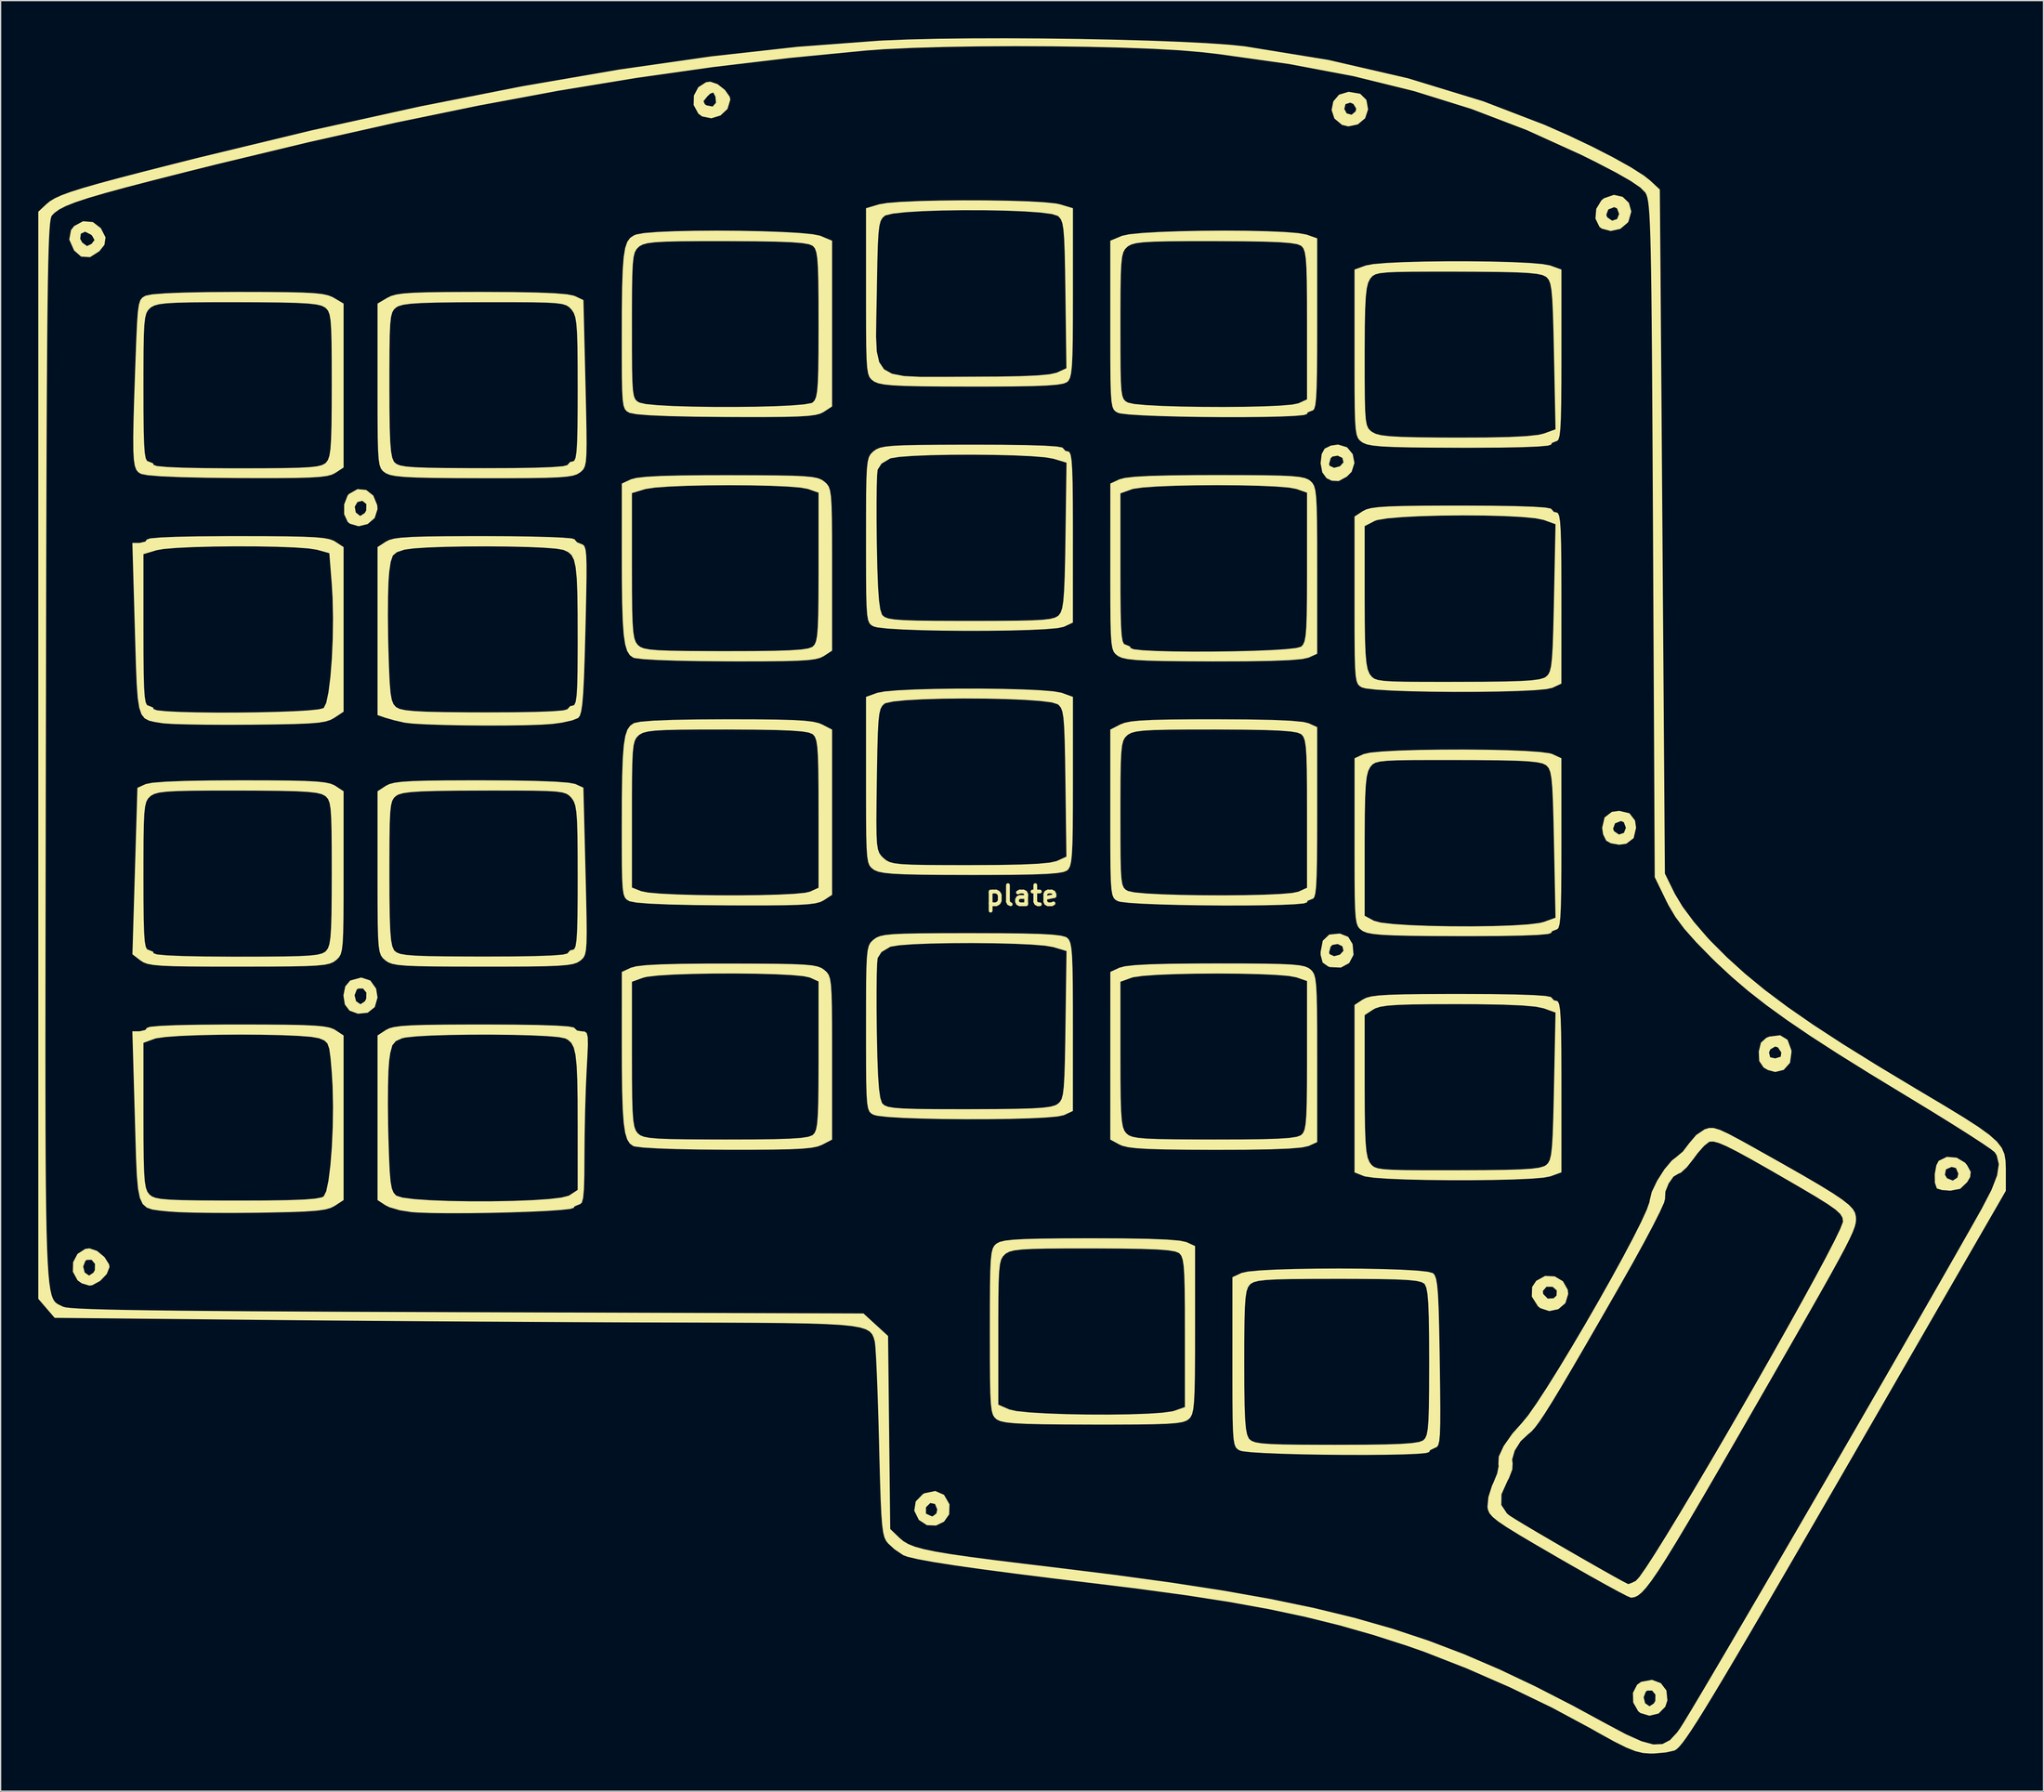
<source format=kicad_pcb>
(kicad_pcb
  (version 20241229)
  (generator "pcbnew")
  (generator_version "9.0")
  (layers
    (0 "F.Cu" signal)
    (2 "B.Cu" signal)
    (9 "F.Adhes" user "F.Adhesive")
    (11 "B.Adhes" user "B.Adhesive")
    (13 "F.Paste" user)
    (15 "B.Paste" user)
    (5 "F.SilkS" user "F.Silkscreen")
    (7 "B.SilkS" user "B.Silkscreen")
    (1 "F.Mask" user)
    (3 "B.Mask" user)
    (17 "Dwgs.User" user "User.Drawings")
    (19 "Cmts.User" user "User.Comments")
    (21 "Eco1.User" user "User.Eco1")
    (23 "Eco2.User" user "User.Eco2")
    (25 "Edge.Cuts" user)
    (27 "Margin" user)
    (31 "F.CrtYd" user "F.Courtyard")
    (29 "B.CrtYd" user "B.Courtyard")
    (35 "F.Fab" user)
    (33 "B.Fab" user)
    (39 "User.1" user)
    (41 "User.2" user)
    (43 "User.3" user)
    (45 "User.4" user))
  (footprint "plate"
    (layer "F.Cu")
    (at 78.362 68.307)
    (property "Reference" "plate" (at 0 0 0) (layer "F.SilkS") (effects (font (size 1.524 1.524) (thickness 0.3))))
    (attr board_only exclude_from_pos_files exclude_from_bom)
    (fp_poly (pts (xy 26.934 -63.885) (xy 27.429 -63.394) (xy 27.562 -62.642) (xy 27.327 -61.933) (xy 26.743 -61.445) (xy 25.985 -61.285) (xy 25.489 -61.404) (xy 24.878 -61.914) (xy 24.657 -62.592) (xy 24.674 -62.678) (xy 25.668 -62.678) (xy 25.856 -62.323) (xy 26.247 -62.214) (xy 26.565 -62.48) (xy 26.616 -62.708) (xy 26.391 -63.074) (xy 26.143 -63.178) (xy 25.764 -63.062) (xy 25.668 -62.678) (xy 24.674 -62.678) (xy 24.792 -63.279) (xy 25.25 -63.814) (xy 25.998 -64.04) (xy 26.031 -64.04)) (stroke (width 0) (type solid)) (fill yes) (layer "F.SilkS"))
    (fp_poly (pts (xy 42.426 30.335) (xy 43.082 30.724) (xy 43.465 31.398) (xy 43.504 31.736) (xy 43.279 32.469) (xy 42.718 32.948) (xy 41.992 33.103) (xy 41.273 32.866) (xy 41.086 32.71) (xy 40.604 31.945) (xy 40.618 31.505) (xy 41.483 31.505) (xy 41.511 31.74) (xy 41.87 32.107) (xy 42.344 32.08) (xy 42.573 31.862) (xy 42.59 31.454) (xy 42.259 31.167) (xy 41.771 31.163) (xy 41.483 31.505) (xy 40.618 31.505) (xy 40.629 31.18) (xy 40.957 30.688) (xy 41.662 30.301)) (stroke (width 0) (type solid)) (fill yes) (layer "F.SilkS"))
    (fp_poly (pts (xy 48.382 -6.561) (xy 48.827 -5.981) (xy 48.909 -5.404) (xy 48.714 -4.58) (xy 48.135 -4.135) (xy 47.557 -4.053) (xy 46.898 -4.171) (xy 46.531 -4.377) (xy 46.281 -4.883) (xy 46.216 -5.337) (xy 47.079 -5.337) (xy 47.152 -5.134) (xy 47.544 -4.866) (xy 47.942 -5.002) (xy 48.098 -5.404) (xy 47.936 -5.842) (xy 47.709 -5.945) (xy 47.233 -5.757) (xy 47.079 -5.337) (xy 46.216 -5.337) (xy 46.206 -5.404) (xy 46.401 -6.229) (xy 46.98 -6.673) (xy 47.557 -6.755)) (stroke (width 0) (type solid)) (fill yes) (layer "F.SilkS"))
    (fp_poly (pts (xy -74.017 -53.666) (xy -73.383 -53.179) (xy -73.378 -53.172) (xy -73.007 -52.448) (xy -73.091 -51.852) (xy -73.498 -51.34) (xy -74.238 -50.869) (xy -74.95 -50.912) (xy -75.509 -51.401) (xy -75.896 -52.271) (xy -75.885 -52.33) (xy -75.026 -52.33) (xy -74.856 -52.024) (xy -74.482 -51.755) (xy -74.124 -51.922) (xy -73.884 -52.229) (xy -74.069 -52.565) (xy -74.158 -52.657) (xy -74.629 -52.895) (xy -74.971 -52.738) (xy -75.026 -52.33) (xy -75.885 -52.33) (xy -75.755 -53.028) (xy -75.505 -53.348) (xy -74.795 -53.728)) (stroke (width 0) (type solid)) (fill yes) (layer "F.SilkS"))
    (fp_poly (pts (xy -51.915 6.762) (xy -51.454 7.409) (xy -51.34 8.116) (xy -51.558 8.879) (xy -52.122 9.332) (xy -52.896 9.411) (xy -53.57 9.166) (xy -53.943 8.675) (xy -54.056 7.953) (xy -54.053 7.938) (xy -53.169 7.938) (xy -53.05 8.412) (xy -52.713 8.646) (xy -52.691 8.647) (xy -52.358 8.43) (xy -52.242 8.223) (xy -52.23 7.724) (xy -52.499 7.4) (xy -52.886 7.407) (xy -52.998 7.494) (xy -53.169 7.938) (xy -54.053 7.938) (xy -53.911 7.236) (xy -53.52 6.765) (xy -52.638 6.526)) (stroke (width 0) (type solid)) (fill yes) (layer "F.SilkS"))
    (fp_poly (pts (xy -6.217 47.742) (xy -5.791 48.482) (xy -5.781 48.522) (xy -5.807 49.296) (xy -6.213 49.877) (xy -6.852 50.189) (xy -7.578 50.16) (xy -8.221 49.741) (xy -8.47 49.24) (xy -7.655 49.24) (xy -7.209 49.446) (xy -7.116 49.449) (xy -6.823 49.224) (xy -6.755 48.909) (xy -6.934 48.47) (xy -7.31 48.393) (xy -7.642 48.719) (xy -7.654 48.747) (xy -7.655 49.24) (xy -8.47 49.24) (xy -8.587 49.005) (xy -8.469 48.266) (xy -7.9 47.682) (xy -7.774 47.615) (xy -6.912 47.437)) (stroke (width 0) (type solid)) (fill yes) (layer "F.SilkS"))
    (fp_poly (pts (xy 25.979 3.284) (xy 26.33 3.865) (xy 26.403 4.718) (xy 26.055 5.375) (xy 25.394 5.734) (xy 24.532 5.696) (xy 24.387 5.648) (xy 23.944 5.335) (xy 23.785 4.736) (xy 23.779 4.519) (xy 24.457 4.519) (xy 24.497 4.663) (xy 24.855 4.827) (xy 25.324 4.701) (xy 25.603 4.391) (xy 25.516 4.038) (xy 25.141 3.857) (xy 24.722 3.927) (xy 24.58 4.068) (xy 24.457 4.519) (xy 23.779 4.519) (xy 23.779 4.5) (xy 23.952 3.593) (xy 24.472 3.101) (xy 25.311 3.02)) (stroke (width 0) (type solid)) (fill yes) (layer "F.SilkS"))
    (fp_poly (pts (xy 47.839 -55.674) (xy 48.337 -55.195) (xy 48.528 -54.505) (xy 48.305 -53.715) (xy 48.249 -53.624) (xy 47.656 -53.123) (xy 46.887 -52.952) (xy 46.171 -53.143) (xy 45.99 -53.286) (xy 45.673 -53.941) (xy 45.698 -54.246) (xy 46.539 -54.246) (xy 46.612 -54.043) (xy 47.003 -53.775) (xy 47.401 -53.91) (xy 47.557 -54.313) (xy 47.395 -54.751) (xy 47.168 -54.853) (xy 46.693 -54.665) (xy 46.539 -54.246) (xy 45.698 -54.246) (xy 45.738 -54.719) (xy 46.15 -55.398) (xy 46.353 -55.561) (xy 47.142 -55.833)) (stroke (width 0) (type solid)) (fill yes) (layer "F.SilkS"))
    (fp_poly (pts (xy 60.974 11.488) (xy 61.275 12.303) (xy 61.292 12.445) (xy 61.172 13.319) (xy 60.668 13.884) (xy 59.987 14.051) (xy 59.417 13.898) (xy 59.072 13.701) (xy 58.718 13.179) (xy 58.686 12.497) (xy 59.498 12.497) (xy 59.592 12.88) (xy 59.987 12.97) (xy 60.431 12.833) (xy 60.476 12.497) (xy 60.21 12.095) (xy 59.987 12.024) (xy 59.606 12.249) (xy 59.498 12.497) (xy 58.686 12.497) (xy 58.682 12.423) (xy 58.853 11.715) (xy 59.284 11.329) (xy 59.529 11.229) (xy 60.384 11.125)) (stroke (width 0) (type solid)) (fill yes) (layer "F.SilkS"))
    (fp_poly (pts (xy -52.243 -32.32) (xy -51.676 -31.872) (xy -51.365 -31.112) (xy -51.34 -30.794) (xy -51.566 -30.085) (xy -52.126 -29.604) (xy -52.843 -29.427) (xy -53.539 -29.63) (xy -53.718 -29.777) (xy -53.997 -30.383) (xy -53.997 -30.986) (xy -53.155 -30.986) (xy -53.073 -30.529) (xy -52.752 -30.269) (xy -52.691 -30.264) (xy -52.358 -30.481) (xy -52.242 -30.687) (xy -52.231 -31.2) (xy -52.547 -31.453) (xy -52.936 -31.361) (xy -53.155 -30.986) (xy -53.997 -30.986) (xy -53.996 -31.171) (xy -53.728 -31.87) (xy -53.618 -32.001) (xy -52.935 -32.387)) (stroke (width 0) (type solid)) (fill yes) (layer "F.SilkS"))
    (fp_poly (pts (xy -24.259 -64.656) (xy -23.673 -64.196) (xy -23.29 -63.654) (xy -23.238 -63.425) (xy -23.463 -62.677) (xy -24.024 -62.155) (xy -24.755 -61.932) (xy -25.487 -62.081) (xy -25.786 -62.303) (xy -26.159 -62.988) (xy -26.151 -63.296) (xy -25.375 -63.296) (xy -25.27 -63.055) (xy -25.132 -62.961) (xy -24.648 -62.868) (xy -24.379 -63.174) (xy -24.428 -63.665) (xy -24.598 -63.983) (xy -24.835 -63.899) (xy -25.072 -63.673) (xy -25.375 -63.296) (xy -26.151 -63.296) (xy -26.139 -63.746) (xy -25.789 -64.409) (xy -25.174 -64.805) (xy -24.84 -64.851)) (stroke (width 0) (type solid)) (fill yes) (layer "F.SilkS"))
    (fp_poly (pts (xy 25.89 -35.719) (xy 26.339 -35.174) (xy 26.475 -34.468) (xy 26.252 -33.768) (xy 25.88 -33.387) (xy 25.223 -33.029) (xy 24.666 -33.055) (xy 24.252 -33.258) (xy 23.914 -33.723) (xy 23.79 -34.392) (xy 24.457 -34.392) (xy 24.497 -34.247) (xy 24.855 -34.084) (xy 25.324 -34.21) (xy 25.603 -34.52) (xy 25.516 -34.873) (xy 25.141 -35.053) (xy 24.722 -34.984) (xy 24.58 -34.842) (xy 24.457 -34.392) (xy 23.79 -34.392) (xy 23.78 -34.448) (xy 23.866 -35.184) (xy 24.103 -35.614) (xy 24.602 -35.858) (xy 25.174 -35.938)) (stroke (width 0) (type solid)) (fill yes) (layer "F.SilkS"))
    (fp_poly (pts (xy 50.882 62.747) (xy 51.327 63.33) (xy 51.404 64.117) (xy 51.235 64.626) (xy 50.707 65.162) (xy 49.971 65.341) (xy 49.252 65.125) (xy 49.078 64.982) (xy 48.682 64.288) (xy 48.67 63.872) (xy 49.512 63.872) (xy 49.631 64.346) (xy 49.968 64.58) (xy 49.989 64.581) (xy 50.323 64.364) (xy 50.439 64.157) (xy 50.45 63.658) (xy 50.182 63.334) (xy 49.795 63.341) (xy 49.683 63.428) (xy 49.512 63.872) (xy 48.67 63.872) (xy 48.66 63.517) (xy 48.99 62.871) (xy 49.314 62.64) (xy 50.175 62.48)) (stroke (width 0) (type solid)) (fill yes) (layer "F.SilkS"))
    (fp_poly (pts (xy 74.443 20.877) (xy 75.12 21.284) (xy 75.279 21.482) (xy 75.565 22.011) (xy 75.519 22.427) (xy 75.279 22.833) (xy 74.725 23.361) (xy 73.942 23.509) (xy 73.277 23.459) (xy 72.878 23.338) (xy 72.867 23.328) (xy 72.71 22.878) (xy 72.703 22.241) (xy 73.51 22.241) (xy 73.678 22.518) (xy 74.136 22.704) (xy 74.501 22.468) (xy 74.579 22.157) (xy 74.388 21.706) (xy 74.038 21.617) (xy 73.591 21.812) (xy 73.51 22.241) (xy 72.703 22.241) (xy 72.702 22.178) (xy 72.825 21.494) (xy 73.011 21.131) (xy 73.665 20.814)) (stroke (width 0) (type solid)) (fill yes) (layer "F.SilkS"))
    (fp_poly (pts (xy -73.683 28.307) (xy -73.093 28.795) (xy -72.725 29.375) (xy -72.687 29.588) (xy -72.908 30.151) (xy -73.434 30.698) (xy -74.059 31.039) (xy -74.289 31.074) (xy -74.901 30.891) (xy -75.235 30.65) (xy -75.608 29.966) (xy -75.597 29.555) (xy -74.786 29.555) (xy -74.667 30.029) (xy -74.33 30.263) (xy -74.309 30.264) (xy -73.975 30.047) (xy -73.859 29.84) (xy -73.847 29.341) (xy -74.116 29.017) (xy -74.503 29.024) (xy -74.615 29.111) (xy -74.786 29.555) (xy -75.597 29.555) (xy -75.588 29.207) (xy -75.238 28.544) (xy -74.623 28.148) (xy -74.289 28.102)) (stroke (width 0) (type solid)) (fill yes) (layer "F.SilkS"))
    (fp_poly (pts (xy 17.602 5.407) (xy 19.276 5.42) (xy 20.541 5.446) (xy 21.461 5.489) (xy 22.104 5.553) (xy 22.533 5.643) (xy 22.815 5.762) (xy 22.965 5.87) (xy 23.134 6.039) (xy 23.264 6.268) (xy 23.36 6.622) (xy 23.427 7.169) (xy 23.47 7.977) (xy 23.494 9.113) (xy 23.506 10.645) (xy 23.508 12.639) (xy 23.509 12.987) (xy 23.509 19.639) (xy 22.82 19.952) (xy 22.295 20.067) (xy 21.279 20.155) (xy 19.758 20.215) (xy 17.721 20.248) (xy 15.322 20.255) (xy 13.122 20.246) (xy 11.398 20.224) (xy 10.088 20.186) (xy 9.126 20.128) (xy 8.45 20.046) (xy 7.995 19.938) (xy 7.769 19.841) (xy 7.026 19.438) (xy 7.028 12.664) (xy 7.836 12.664) (xy 7.84 14.604) (xy 7.856 16.075) (xy 7.889 17.151) (xy 7.945 17.903) (xy 8.028 18.402) (xy 8.145 18.723) (xy 8.301 18.936) (xy 8.309 18.944) (xy 8.503 19.096) (xy 8.792 19.212) (xy 9.243 19.298) (xy 9.925 19.358) (xy 10.905 19.396) (xy 12.252 19.418) (xy 14.032 19.428) (xy 15.267 19.431) (xy 17.449 19.426) (xy 19.146 19.405) (xy 20.414 19.364) (xy 21.309 19.3) (xy 21.887 19.212) (xy 22.202 19.095) (xy 22.225 19.079) (xy 22.38 18.916) (xy 22.498 18.647) (xy 22.583 18.202) (xy 22.64 17.513) (xy 22.674 16.509) (xy 22.692 15.12) (xy 22.698 13.278) (xy 22.698 12.764) (xy 22.698 6.808) (xy 21.847 6.512) (xy 21.246 6.402) (xy 20.211 6.318) (xy 18.847 6.257) (xy 17.259 6.221) (xy 15.55 6.209) (xy 13.826 6.221) (xy 12.191 6.257) (xy 10.75 6.315) (xy 9.606 6.397) (xy 8.866 6.502) (xy 8.734 6.539) (xy 7.836 6.864) (xy 7.836 12.664) (xy 7.028 12.664) (xy 7.03 6.08) (xy 7.757 5.742) (xy 8.199 5.626) (xy 8.994 5.537) (xy 10.183 5.471) (xy 11.806 5.429) (xy 13.904 5.408) (xy 15.453 5.404)) (stroke (width 0) (type solid)) (fill yes) (layer "F.SilkS"))
    (fp_poly (pts (xy 37.349 7.846) (xy 39.267 7.876) (xy 40.716 7.924) (xy 41.675 7.99) (xy 42.122 8.074) (xy 42.153 8.106) (xy 42.372 8.346) (xy 42.559 8.377) (xy 42.684 8.438) (xy 42.782 8.66) (xy 42.854 9.103) (xy 42.905 9.826) (xy 42.938 10.887) (xy 42.956 12.346) (xy 42.963 14.261) (xy 42.964 15.213) (xy 42.964 22.049) (xy 42.066 22.373) (xy 41.505 22.475) (xy 40.503 22.556) (xy 39.155 22.616) (xy 37.557 22.656) (xy 35.803 22.676) (xy 33.989 22.675) (xy 32.209 22.656) (xy 30.559 22.616) (xy 29.134 22.557) (xy 28.029 22.479) (xy 27.34 22.381) (xy 27.224 22.347) (xy 26.481 22.053) (xy 26.481 15.103) (xy 27.291 15.103) (xy 27.298 17.052) (xy 27.32 18.533) (xy 27.364 19.618) (xy 27.433 20.379) (xy 27.533 20.888) (xy 27.668 21.218) (xy 27.712 21.287) (xy 27.858 21.474) (xy 28.043 21.618) (xy 28.336 21.724) (xy 28.804 21.797) (xy 29.515 21.843) (xy 30.536 21.869) (xy 31.934 21.879) (xy 33.778 21.88) (xy 34.67 21.879) (xy 36.806 21.87) (xy 38.465 21.849) (xy 39.709 21.811) (xy 40.601 21.753) (xy 41.203 21.671) (xy 41.579 21.561) (xy 41.729 21.476) (xy 41.902 21.309) (xy 42.034 21.056) (xy 42.134 20.646) (xy 42.209 20.008) (xy 42.266 19.071) (xy 42.311 17.763) (xy 42.354 16.013) (xy 42.371 15.201) (xy 42.491 9.32) (xy 41.56 8.984) (xy 40.928 8.851) (xy 39.841 8.753) (xy 38.276 8.687) (xy 36.211 8.653) (xy 34.626 8.647) (xy 32.612 8.652) (xy 31.067 8.671) (xy 29.919 8.709) (xy 29.099 8.769) (xy 28.533 8.857) (xy 28.152 8.978) (xy 27.958 9.083) (xy 27.291 9.52) (xy 27.291 15.103) (xy 26.481 15.103) (xy 26.481 8.709) (xy 27.147 8.273) (xy 27.416 8.139) (xy 27.809 8.034) (xy 28.39 7.957) (xy 29.224 7.902) (xy 30.374 7.866) (xy 31.905 7.845) (xy 33.882 7.837) (xy 34.983 7.836)) (stroke (width 0) (type solid)) (fill yes) (layer "F.SilkS"))
    (fp_poly (pts (xy -60.336 -28.639) (xy -58.603 -28.624) (xy -57.282 -28.596) (xy -56.308 -28.551) (xy -55.617 -28.484) (xy -55.143 -28.393) (xy -54.824 -28.273) (xy -54.709 -28.206) (xy -54.043 -27.77) (xy -54.043 -14.654) (xy -54.786 -14.161) (xy -55.086 -13.998) (xy -55.477 -13.872) (xy -56.034 -13.78) (xy -56.83 -13.714) (xy -57.942 -13.669) (xy -59.442 -13.638) (xy -61.406 -13.615) (xy -61.473 -13.615) (xy -63.283 -13.607) (xy -64.973 -13.615) (xy -66.446 -13.638) (xy -67.606 -13.673) (xy -68.355 -13.72) (xy -68.499 -13.738) (xy -69.086 -13.832) (xy -69.544 -13.94) (xy -69.89 -14.124) (xy -70.144 -14.447) (xy -70.322 -14.971) (xy -70.443 -15.759) (xy -70.525 -16.874) (xy -70.586 -18.378) (xy -70.644 -20.334) (xy -70.668 -21.169) (xy -69.985 -21.169) (xy -69.981 -19.186) (xy -69.965 -17.681) (xy -69.934 -16.591) (xy -69.883 -15.854) (xy -69.809 -15.407) (xy -69.706 -15.187) (xy -69.58 -15.132) (xy -69.22 -14.986) (xy -69.174 -14.862) (xy -68.919 -14.767) (xy -68.212 -14.692) (xy -67.14 -14.637) (xy -65.793 -14.601) (xy -64.257 -14.584) (xy -62.621 -14.585) (xy -60.974 -14.603) (xy -59.401 -14.639) (xy -57.993 -14.691) (xy -56.837 -14.759) (xy -56.02 -14.843) (xy -55.632 -14.942) (xy -55.63 -14.943) (xy -55.425 -15.36) (xy -55.245 -16.22) (xy -55.094 -17.424) (xy -54.98 -18.875) (xy -54.909 -20.475) (xy -54.888 -22.127) (xy -54.922 -23.732) (xy -54.987 -24.844) (xy -55.18 -27.282) (xy -56.165 -27.555) (xy -56.834 -27.659) (xy -57.93 -27.738) (xy -59.343 -27.792) (xy -60.965 -27.822) (xy -62.687 -27.827) (xy -64.4 -27.809) (xy -65.995 -27.767) (xy -67.363 -27.702) (xy -68.396 -27.615) (xy -68.94 -27.519) (xy -69.985 -27.206) (xy -69.985 -21.169) (xy -70.668 -21.169) (xy -70.671 -21.279) (xy -70.869 -28.102) (xy -70.292 -28.102) (xy -69.833 -28.209) (xy -69.715 -28.372) (xy -69.448 -28.462) (xy -68.663 -28.534) (xy -67.38 -28.588) (xy -65.62 -28.625) (xy -63.405 -28.641) (xy -62.545 -28.643)) (stroke (width 0) (type solid)) (fill yes) (layer "F.SilkS"))
    (fp_poly (pts (xy -21.3 -14.046) (xy -19.592 -14.027) (xy -18.293 -13.991) (xy -17.337 -13.935) (xy -16.659 -13.854) (xy -16.192 -13.746) (xy -15.929 -13.639) (xy -15.132 -13.227) (xy -15.132 -0.062) (xy -15.798 0.374) (xy -16.066 0.508) (xy -16.452 0.612) (xy -17.022 0.687) (xy -17.84 0.739) (xy -18.972 0.769) (xy -20.483 0.783) (xy -22.437 0.782) (xy -23.567 0.777) (xy -26.072 0.754) (xy -28.112 0.708) (xy -29.67 0.642) (xy -30.725 0.556) (xy -31.261 0.451) (xy -31.277 0.443) (xy -31.481 0.328) (xy -31.633 0.163) (xy -31.741 -0.124) (xy -31.813 -0.606) (xy -31.815 -0.645) (xy -31.074 -0.645) (xy -30.331 -0.351) (xy -29.79 -0.246) (xy -28.816 -0.16) (xy -27.507 -0.095) (xy -25.962 -0.05) (xy -24.281 -0.026) (xy -22.563 -0.023) (xy -20.906 -0.041) (xy -19.409 -0.081) (xy -18.171 -0.142) (xy -17.291 -0.226) (xy -16.901 -0.314) (xy -16.213 -0.627) (xy -16.213 -6.566) (xy -16.216 -8.524) (xy -16.231 -10.012) (xy -16.261 -11.098) (xy -16.313 -11.854) (xy -16.391 -12.348) (xy -16.5 -12.651) (xy -16.647 -12.833) (xy -16.686 -12.864) (xy -16.978 -12.986) (xy -17.532 -13.079) (xy -18.404 -13.147) (xy -19.649 -13.194) (xy -21.321 -13.221) (xy -23.476 -13.232) (xy -23.573 -13.232) (xy -25.628 -13.231) (xy -27.211 -13.219) (xy -28.391 -13.191) (xy -29.237 -13.144) (xy -29.817 -13.071) (xy -30.2 -12.97) (xy -30.455 -12.835) (xy -30.531 -12.775) (xy -30.71 -12.593) (xy -30.845 -12.349) (xy -30.942 -11.968) (xy -31.007 -11.379) (xy -31.046 -10.509) (xy -31.067 -9.285) (xy -31.074 -7.634) (xy -31.074 -6.477) (xy -31.074 -0.645) (xy -31.815 -0.645) (xy -31.856 -1.354) (xy -31.877 -2.442) (xy -31.884 -3.941) (xy -31.885 -5.431) (xy -31.879 -7.73) (xy -31.854 -9.55) (xy -31.805 -10.948) (xy -31.724 -11.987) (xy -31.604 -12.724) (xy -31.437 -13.221) (xy -31.217 -13.537) (xy -30.937 -13.732) (xy -30.894 -13.752) (xy -30.372 -13.858) (xy -29.334 -13.942) (xy -27.803 -14.003) (xy -25.804 -14.039) (xy -23.482 -14.051)) (stroke (width 0) (type solid)) (fill yes) (layer "F.SilkS"))
    (fp_poly (pts (xy -60.336 10.272) (xy -58.603 10.286) (xy -57.282 10.314) (xy -56.308 10.36) (xy -55.617 10.427) (xy -55.143 10.518) (xy -54.824 10.638) (xy -54.709 10.704) (xy -54.043 11.141) (xy -54.043 24.257) (xy -54.752 24.722) (xy -55.073 24.885) (xy -55.523 25.01) (xy -56.179 25.102) (xy -57.117 25.169) (xy -58.414 25.217) (xy -60.147 25.254) (xy -60.899 25.266) (xy -62.683 25.282) (xy -64.395 25.279) (xy -65.919 25.259) (xy -67.138 25.222) (xy -67.938 25.172) (xy -67.959 25.17) (xy -68.705 25.095) (xy -69.287 25.011) (xy -69.727 24.856) (xy -70.048 24.568) (xy -70.271 24.086) (xy -70.419 23.346) (xy -70.514 22.289) (xy -70.578 20.852) (xy -70.633 18.974) (xy -70.671 17.631) (xy -70.674 17.528) (xy -69.985 17.528) (xy -69.981 19.468) (xy -69.965 20.939) (xy -69.932 22.015) (xy -69.877 22.766) (xy -69.793 23.266) (xy -69.676 23.587) (xy -69.52 23.799) (xy -69.512 23.808) (xy -69.318 23.96) (xy -69.03 24.076) (xy -68.578 24.162) (xy -67.896 24.221) (xy -66.916 24.26) (xy -65.57 24.282) (xy -63.789 24.292) (xy -62.554 24.294) (xy -60.304 24.288) (xy -58.549 24.263) (xy -57.244 24.215) (xy -56.346 24.144) (xy -55.809 24.047) (xy -55.63 23.968) (xy -55.425 23.551) (xy -55.245 22.692) (xy -55.094 21.488) (xy -54.98 20.038) (xy -54.909 18.439) (xy -54.887 16.789) (xy -54.921 15.187) (xy -54.986 14.079) (xy -55.084 12.927) (xy -55.185 12.199) (xy -55.333 11.776) (xy -55.571 11.545) (xy -55.942 11.387) (xy -56.002 11.366) (xy -56.595 11.259) (xy -57.622 11.177) (xy -58.979 11.119) (xy -60.561 11.085) (xy -62.265 11.074) (xy -63.985 11.087) (xy -65.618 11.123) (xy -67.059 11.181) (xy -68.203 11.262) (xy -68.947 11.364) (xy -69.088 11.403) (xy -69.985 11.728) (xy -69.985 17.528) (xy -70.674 17.528) (xy -70.869 10.809) (xy -70.292 10.809) (xy -69.833 10.702) (xy -69.715 10.538) (xy -69.448 10.449) (xy -68.663 10.377) (xy -67.38 10.322) (xy -65.62 10.286) (xy -63.405 10.269) (xy -62.545 10.268)) (stroke (width 0) (type solid)) (fill yes) (layer "F.SilkS"))
    (fp_poly (pts (xy -2.929 -55.393) (xy -1.172 -55.366) (xy 0.413 -55.317) (xy 1.725 -55.245) (xy 2.661 -55.151) (xy 3.009 -55.081) (xy 4.053 -54.768) (xy 4.053 -48.017) (xy 4.05 -45.917) (xy 4.039 -44.293) (xy 4.014 -43.078) (xy 3.971 -42.209) (xy 3.907 -41.619) (xy 3.817 -41.245) (xy 3.697 -41.02) (xy 3.58 -40.908) (xy 3.307 -40.794) (xy 2.788 -40.705) (xy 1.969 -40.639) (xy 0.799 -40.594) (xy -0.778 -40.567) (xy -2.814 -40.555) (xy -4.053 -40.555) (xy -6.267 -40.561) (xy -8.003 -40.577) (xy -9.326 -40.607) (xy -10.298 -40.654) (xy -10.982 -40.722) (xy -11.443 -40.815) (xy -11.743 -40.935) (xy -11.822 -40.984) (xy -12.01 -41.129) (xy -12.155 -41.31) (xy -12.262 -41.595) (xy -12.337 -42.052) (xy -12.385 -42.746) (xy -12.413 -43.744) (xy -12.42 -44.545) (xy -11.629 -44.545) (xy -11.572 -43.363) (xy -11.379 -42.51) (xy -10.992 -41.933) (xy -10.353 -41.58) (xy -9.405 -41.397) (xy -8.089 -41.332) (xy -6.349 -41.332) (xy -4.191 -41.343) (xy -1.877 -41.354) (xy -0.064 -41.39) (xy 1.285 -41.451) (xy 2.209 -41.541) (xy 2.745 -41.66) (xy 2.793 -41.68) (xy 3.532 -42.018) (xy 3.455 -47.884) (xy 3.427 -49.817) (xy 3.395 -51.28) (xy 3.353 -52.347) (xy 3.293 -53.088) (xy 3.209 -53.575) (xy 3.093 -53.88) (xy 2.938 -54.075) (xy 2.837 -54.158) (xy 2.37 -54.305) (xy 1.459 -54.423) (xy 0.201 -54.512) (xy -1.31 -54.573) (xy -2.976 -54.605) (xy -4.703 -54.609) (xy -6.393 -54.584) (xy -7.951 -54.53) (xy -9.281 -54.448) (xy -10.288 -54.337) (xy -10.874 -54.197) (xy -10.944 -54.158) (xy -11.125 -53.989) (xy -11.263 -53.746) (xy -11.364 -53.355) (xy -11.436 -52.742) (xy -11.487 -51.835) (xy -11.524 -50.561) (xy -11.556 -48.845) (xy -11.567 -48.111) (xy -11.608 -46.11) (xy -11.629 -44.545) (xy -12.42 -44.545) (xy -12.426 -45.114) (xy -12.43 -46.921) (xy -12.43 -48.088) (xy -12.43 -54.768) (xy -11.385 -55.081) (xy -10.733 -55.189) (xy -9.642 -55.275) (xy -8.214 -55.338) (xy -6.552 -55.379) (xy -4.756 -55.397)) (stroke (width 0) (type solid)) (fill yes) (layer "F.SilkS"))
    (fp_poly (pts (xy -21.239 5.419) (xy -19.565 5.431) (xy -18.298 5.456) (xy -17.373 5.497) (xy -16.722 5.559) (xy -16.28 5.647) (xy -15.98 5.764) (xy -15.756 5.916) (xy -15.74 5.929) (xy -15.549 6.103) (xy -15.404 6.31) (xy -15.296 6.621) (xy -15.222 7.102) (xy -15.174 7.824) (xy -15.147 8.855) (xy -15.135 10.263) (xy -15.132 12.117) (xy -15.132 12.939) (xy -15.132 19.441) (xy -15.929 19.854) (xy -16.27 19.985) (xy -16.764 20.086) (xy -17.478 20.159) (xy -18.476 20.208) (xy -19.826 20.237) (xy -21.591 20.249) (xy -23.563 20.248) (xy -25.717 20.231) (xy -27.58 20.194) (xy -29.095 20.14) (xy -30.207 20.07) (xy -30.857 19.987) (xy -30.974 19.951) (xy -31.242 19.758) (xy -31.453 19.428) (xy -31.613 18.904) (xy -31.73 18.125) (xy -31.808 17.034) (xy -31.856 15.571) (xy -31.878 13.678) (xy -31.881 12.664) (xy -31.074 12.664) (xy -31.07 14.604) (xy -31.055 16.075) (xy -31.022 17.151) (xy -30.966 17.903) (xy -30.883 18.402) (xy -30.765 18.723) (xy -30.61 18.936) (xy -30.602 18.944) (xy -30.408 19.096) (xy -30.119 19.212) (xy -29.668 19.298) (xy -28.986 19.358) (xy -28.005 19.396) (xy -26.659 19.418) (xy -24.879 19.428) (xy -23.644 19.431) (xy -21.462 19.426) (xy -19.764 19.405) (xy -18.496 19.364) (xy -17.601 19.3) (xy -17.024 19.212) (xy -16.709 19.095) (xy -16.686 19.079) (xy -16.53 18.916) (xy -16.412 18.646) (xy -16.328 18.201) (xy -16.271 17.511) (xy -16.236 16.505) (xy -16.219 15.115) (xy -16.213 13.269) (xy -16.213 12.781) (xy -16.213 6.842) (xy -16.901 6.528) (xy -17.426 6.417) (xy -18.39 6.328) (xy -19.694 6.264) (xy -21.236 6.223) (xy -22.916 6.205) (xy -24.633 6.211) (xy -26.288 6.241) (xy -27.78 6.293) (xy -29.007 6.369) (xy -29.871 6.467) (xy -30.177 6.539) (xy -31.074 6.864) (xy -31.074 12.664) (xy -31.881 12.664) (xy -31.883 11.649) (xy -31.881 6.08) (xy -31.154 5.742) (xy -30.719 5.627) (xy -29.939 5.539) (xy -28.773 5.476) (xy -27.18 5.435) (xy -25.116 5.415) (xy -23.387 5.413)) (stroke (width 0) (type solid)) (fill yes) (layer "F.SilkS"))
    (fp_poly (pts (xy 17.602 -33.503) (xy 19.276 -33.491) (xy 20.541 -33.465) (xy 21.461 -33.422) (xy 22.104 -33.358) (xy 22.533 -33.268) (xy 22.815 -33.149) (xy 22.965 -33.041) (xy 23.134 -32.871) (xy 23.264 -32.643) (xy 23.36 -32.289) (xy 23.427 -31.742) (xy 23.47 -30.934) (xy 23.494 -29.798) (xy 23.506 -28.266) (xy 23.508 -26.272) (xy 23.509 -25.924) (xy 23.509 -19.272) (xy 22.82 -18.958) (xy 22.305 -18.845) (xy 21.309 -18.759) (xy 19.817 -18.7) (xy 17.814 -18.666) (xy 15.287 -18.659) (xy 15.187 -18.659) (xy 13.007 -18.668) (xy 11.303 -18.687) (xy 10.011 -18.72) (xy 9.067 -18.771) (xy 8.406 -18.844) (xy 7.965 -18.941) (xy 7.678 -19.068) (xy 7.634 -19.097) (xy 7.445 -19.242) (xy 7.3 -19.423) (xy 7.193 -19.709) (xy 7.119 -20.166) (xy 7.07 -20.861) (xy 7.043 -21.861) (xy 7.031 -23.233) (xy 7.027 -25.044) (xy 7.028 -26.021) (xy 7.836 -26.021) (xy 7.84 -24.041) (xy 7.856 -22.538) (xy 7.887 -21.45) (xy 7.938 -20.714) (xy 8.013 -20.269) (xy 8.116 -20.05) (xy 8.241 -19.996) (xy 8.601 -19.85) (xy 8.647 -19.726) (xy 8.902 -19.626) (xy 9.61 -19.549) (xy 10.681 -19.493) (xy 12.029 -19.457) (xy 13.566 -19.441) (xy 15.203 -19.445) (xy 16.854 -19.467) (xy 18.429 -19.506) (xy 19.841 -19.563) (xy 21.003 -19.637) (xy 21.826 -19.726) (xy 22.223 -19.83) (xy 22.225 -19.831) (xy 22.38 -19.995) (xy 22.498 -20.264) (xy 22.583 -20.708) (xy 22.64 -21.398) (xy 22.674 -22.402) (xy 22.692 -23.79) (xy 22.698 -25.633) (xy 22.698 -26.146) (xy 22.698 -32.102) (xy 21.847 -32.399) (xy 21.246 -32.508) (xy 20.211 -32.593) (xy 18.847 -32.653) (xy 17.259 -32.689) (xy 15.55 -32.701) (xy 13.826 -32.689) (xy 12.191 -32.654) (xy 10.75 -32.595) (xy 9.606 -32.513) (xy 8.866 -32.409) (xy 8.734 -32.371) (xy 7.836 -32.047) (xy 7.836 -26.021) (xy 7.028 -26.021) (xy 7.028 -26.176) (xy 7.03 -32.831) (xy 7.757 -33.169) (xy 8.199 -33.284) (xy 8.994 -33.374) (xy 10.183 -33.439) (xy 11.806 -33.481) (xy 13.904 -33.503) (xy 15.453 -33.506)) (stroke (width 0) (type solid)) (fill yes) (layer "F.SilkS"))
    (fp_poly (pts (xy 36.955 -11.623) (xy 38.631 -11.585) (xy 40.097 -11.526) (xy 41.26 -11.445) (xy 42.024 -11.343) (xy 42.232 -11.281) (xy 42.96 -10.944) (xy 42.962 -4.121) (xy 42.959 -1.999) (xy 42.946 -0.359) (xy 42.92 0.86) (xy 42.877 1.715) (xy 42.815 2.266) (xy 42.728 2.572) (xy 42.614 2.693) (xy 42.559 2.702) (xy 42.199 2.848) (xy 42.153 2.972) (xy 41.886 3.061) (xy 41.1 3.132) (xy 39.813 3.184) (xy 38.046 3.216) (xy 35.819 3.229) (xy 34.925 3.228) (xy 32.699 3.22) (xy 30.951 3.202) (xy 29.618 3.17) (xy 28.636 3.122) (xy 27.944 3.054) (xy 27.477 2.962) (xy 27.174 2.843) (xy 27.089 2.79) (xy 26.9 2.646) (xy 26.755 2.464) (xy 26.649 2.178) (xy 26.574 1.721) (xy 26.566 1.604) (xy 27.291 1.604) (xy 28.035 2.007) (xy 28.567 2.146) (xy 29.541 2.26) (xy 30.854 2.348) (xy 32.409 2.409) (xy 34.106 2.442) (xy 35.844 2.448) (xy 37.525 2.425) (xy 39.048 2.373) (xy 40.315 2.291) (xy 41.226 2.178) (xy 41.56 2.095) (xy 42.491 1.758) (xy 42.371 -4.122) (xy 42.328 -6.062) (xy 42.284 -7.533) (xy 42.233 -8.605) (xy 42.166 -9.351) (xy 42.076 -9.841) (xy 41.957 -10.146) (xy 41.801 -10.338) (xy 41.729 -10.397) (xy 41.465 -10.525) (xy 41.015 -10.624) (xy 40.316 -10.697) (xy 39.305 -10.748) (xy 37.919 -10.779) (xy 36.096 -10.796) (xy 34.67 -10.8) (xy 32.626 -10.801) (xy 31.054 -10.796) (xy 29.888 -10.777) (xy 29.06 -10.74) (xy 28.501 -10.678) (xy 28.145 -10.587) (xy 27.924 -10.459) (xy 27.771 -10.29) (xy 27.712 -10.208) (xy 27.566 -9.915) (xy 27.457 -9.463) (xy 27.38 -8.78) (xy 27.33 -7.793) (xy 27.302 -6.431) (xy 27.292 -4.621) (xy 27.291 -4.002) (xy 27.291 1.604) (xy 26.566 1.604) (xy 26.526 1.026) (xy 26.498 0.026) (xy 26.486 -1.346) (xy 26.483 -3.157) (xy 26.483 -4.289) (xy 26.485 -10.944) (xy 27.212 -11.281) (xy 27.734 -11.395) (xy 28.703 -11.487) (xy 30.023 -11.557) (xy 31.603 -11.606) (xy 33.347 -11.633) (xy 35.162 -11.639)) (stroke (width 0) (type solid)) (fill yes) (layer "F.SilkS"))
    (fp_poly (pts (xy 37.349 -31.064) (xy 39.267 -31.035) (xy 40.716 -30.986) (xy 41.675 -30.92) (xy 42.122 -30.837) (xy 42.153 -30.804) (xy 42.372 -30.565) (xy 42.559 -30.534) (xy 42.685 -30.473) (xy 42.782 -30.251) (xy 42.854 -29.807) (xy 42.905 -29.085) (xy 42.937 -28.023) (xy 42.955 -26.564) (xy 42.961 -24.648) (xy 42.962 -23.711) (xy 42.96 -16.888) (xy 42.232 -16.551) (xy 41.734 -16.447) (xy 40.79 -16.364) (xy 39.491 -16.301) (xy 37.931 -16.258) (xy 36.201 -16.235) (xy 34.392 -16.231) (xy 32.597 -16.247) (xy 30.908 -16.283) (xy 29.416 -16.337) (xy 28.214 -16.41) (xy 27.393 -16.502) (xy 27.089 -16.58) (xy 26.9 -16.685) (xy 26.756 -16.833) (xy 26.649 -17.089) (xy 26.574 -17.521) (xy 26.525 -18.192) (xy 26.498 -19.169) (xy 26.485 -20.518) (xy 26.481 -22.305) (xy 26.481 -23.542) (xy 26.481 -23.832) (xy 27.291 -23.832) (xy 27.298 -21.879) (xy 27.32 -20.394) (xy 27.363 -19.305) (xy 27.432 -18.541) (xy 27.531 -18.029) (xy 27.666 -17.697) (xy 27.712 -17.624) (xy 27.858 -17.436) (xy 28.043 -17.293) (xy 28.336 -17.187) (xy 28.804 -17.114) (xy 29.515 -17.067) (xy 30.536 -17.042) (xy 31.934 -17.032) (xy 33.778 -17.031) (xy 34.67 -17.032) (xy 36.806 -17.04) (xy 38.465 -17.062) (xy 39.709 -17.1) (xy 40.601 -17.158) (xy 41.203 -17.24) (xy 41.579 -17.349) (xy 41.729 -17.435) (xy 41.902 -17.602) (xy 42.034 -17.855) (xy 42.134 -18.264) (xy 42.209 -18.903) (xy 42.266 -19.84) (xy 42.311 -21.148) (xy 42.354 -22.898) (xy 42.371 -23.71) (xy 42.491 -29.59) (xy 41.56 -29.927) (xy 40.901 -30.062) (xy 39.825 -30.165) (xy 38.433 -30.238) (xy 36.826 -30.28) (xy 35.105 -30.292) (xy 33.369 -30.275) (xy 31.72 -30.229) (xy 30.259 -30.155) (xy 29.087 -30.054) (xy 28.303 -29.925) (xy 28.089 -29.852) (xy 27.291 -29.439) (xy 27.291 -23.832) (xy 26.481 -23.832) (xy 26.481 -30.202) (xy 27.147 -30.638) (xy 27.416 -30.772) (xy 27.809 -30.876) (xy 28.39 -30.954) (xy 29.224 -31.009) (xy 30.374 -31.045) (xy 31.905 -31.065) (xy 33.882 -31.074) (xy 34.983 -31.074)) (stroke (width 0) (type solid)) (fill yes) (layer "F.SilkS"))
    (fp_poly (pts (xy -21.239 -33.492) (xy -19.565 -33.479) (xy -18.298 -33.455) (xy -17.373 -33.413) (xy -16.722 -33.351) (xy -16.28 -33.264) (xy -15.98 -33.146) (xy -15.756 -32.994) (xy -15.74 -32.981) (xy -15.549 -32.807) (xy -15.403 -32.6) (xy -15.296 -32.289) (xy -15.221 -31.806) (xy -15.174 -31.082) (xy -15.147 -30.049) (xy -15.135 -28.638) (xy -15.132 -26.78) (xy -15.132 -25.996) (xy -15.132 -19.517) (xy -15.798 -19.081) (xy -16.07 -18.946) (xy -16.463 -18.841) (xy -17.045 -18.764) (xy -17.879 -18.712) (xy -19.033 -18.679) (xy -20.57 -18.664) (xy -22.559 -18.661) (xy -23.431 -18.663) (xy -25.615 -18.68) (xy -27.503 -18.716) (xy -29.04 -18.769) (xy -30.171 -18.838) (xy -30.841 -18.92) (xy -30.974 -18.96) (xy -31.242 -19.153) (xy -31.453 -19.482) (xy -31.613 -20.007) (xy -31.73 -20.785) (xy -31.808 -21.877) (xy -31.856 -23.34) (xy -31.878 -25.233) (xy -31.881 -26.258) (xy -31.074 -26.258) (xy -31.07 -24.316) (xy -31.055 -22.843) (xy -31.022 -21.765) (xy -30.966 -21.012) (xy -30.883 -20.511) (xy -30.766 -20.19) (xy -30.611 -19.977) (xy -30.602 -19.967) (xy -30.408 -19.815) (xy -30.119 -19.698) (xy -29.668 -19.613) (xy -28.986 -19.553) (xy -28.005 -19.515) (xy -26.659 -19.493) (xy -24.879 -19.482) (xy -23.644 -19.48) (xy -21.462 -19.485) (xy -19.764 -19.506) (xy -18.496 -19.547) (xy -17.601 -19.61) (xy -17.024 -19.699) (xy -16.709 -19.815) (xy -16.686 -19.831) (xy -16.53 -19.995) (xy -16.413 -20.264) (xy -16.328 -20.708) (xy -16.271 -21.398) (xy -16.236 -22.402) (xy -16.219 -23.79) (xy -16.213 -25.633) (xy -16.213 -26.146) (xy -16.213 -32.102) (xy -17.064 -32.399) (xy -17.661 -32.507) (xy -18.693 -32.591) (xy -20.054 -32.65) (xy -21.64 -32.686) (xy -23.344 -32.697) (xy -25.062 -32.685) (xy -26.688 -32.649) (xy -28.117 -32.589) (xy -29.245 -32.507) (xy -29.965 -32.4) (xy -30.03 -32.383) (xy -31.074 -32.07) (xy -31.074 -26.258) (xy -31.881 -26.258) (xy -31.883 -27.262) (xy -31.881 -32.831) (xy -31.154 -33.169) (xy -30.719 -33.283) (xy -29.939 -33.371) (xy -28.773 -33.435) (xy -27.18 -33.476) (xy -25.116 -33.495) (xy -23.387 -33.497)) (stroke (width 0) (type solid)) (fill yes) (layer "F.SilkS"))
    (fp_poly (pts (xy -40.472 10.278) (xy -38.554 10.308) (xy -37.105 10.356) (xy -36.147 10.422) (xy -35.7 10.506) (xy -35.668 10.538) (xy -35.44 10.752) (xy -35.086 10.809) (xy -34.836 10.829) (xy -34.677 10.952) (xy -34.597 11.27) (xy -34.584 11.877) (xy -34.625 12.864) (xy -34.68 13.848) (xy -34.748 15.34) (xy -34.804 17.142) (xy -34.842 19.028) (xy -34.856 20.739) (xy -34.866 22.294) (xy -34.898 23.383) (xy -34.961 24.079) (xy -35.061 24.455) (xy -35.206 24.586) (xy -35.24 24.589) (xy -35.648 24.762) (xy -35.72 24.88) (xy -36.004 24.965) (xy -36.74 25.046) (xy -37.838 25.121) (xy -39.208 25.185) (xy -40.763 25.239) (xy -42.411 25.278) (xy -44.066 25.301) (xy -45.636 25.305) (xy -47.034 25.289) (xy -48.169 25.248) (xy -48.604 25.219) (xy -49.562 25.072) (xy -50.39 24.829) (xy -50.698 24.678) (xy -51.34 24.257) (xy -51.34 16.609) (xy -50.513 16.609) (xy -50.497 18.217) (xy -50.477 19.079) (xy -50.426 20.742) (xy -50.371 21.948) (xy -50.3 22.78) (xy -50.202 23.322) (xy -50.067 23.658) (xy -49.884 23.869) (xy -49.835 23.908) (xy -49.363 24.057) (xy -48.448 24.177) (xy -47.185 24.266) (xy -45.671 24.325) (xy -44.002 24.354) (xy -42.274 24.353) (xy -40.584 24.323) (xy -39.026 24.263) (xy -37.697 24.174) (xy -36.694 24.056) (xy -36.112 23.909) (xy -36.064 23.883) (xy -35.398 23.446) (xy -35.398 18.377) (xy -35.404 16.311) (xy -35.429 14.719) (xy -35.482 13.532) (xy -35.573 12.683) (xy -35.711 12.106) (xy -35.906 11.733) (xy -36.167 11.496) (xy -36.384 11.38) (xy -36.885 11.277) (xy -37.825 11.196) (xy -39.105 11.135) (xy -40.623 11.096) (xy -42.278 11.077) (xy -43.971 11.08) (xy -45.601 11.105) (xy -47.067 11.15) (xy -48.269 11.217) (xy -49.106 11.306) (xy -49.392 11.369) (xy -49.881 11.591) (xy -50.161 11.927) (xy -50.325 12.538) (xy -50.412 13.152) (xy -50.469 13.943) (xy -50.503 15.14) (xy -50.513 16.609) (xy -51.34 16.609) (xy -51.34 11.141) (xy -50.674 10.704) (xy -50.405 10.57) (xy -50.012 10.466) (xy -49.431 10.388) (xy -48.598 10.333) (xy -47.447 10.298) (xy -45.916 10.277) (xy -43.939 10.269) (xy -42.838 10.268)) (stroke (width 0) (type solid)) (fill yes) (layer "F.SilkS"))
    (fp_poly (pts (xy -1.535 -16.471) (xy 0.096 -16.427) (xy 1.485 -16.361) (xy 2.533 -16.273) (xy 3.143 -16.163) (xy 3.156 -16.158) (xy 4.053 -15.834) (xy 4.053 -9.095) (xy 4.05 -6.997) (xy 4.038 -5.374) (xy 4.014 -4.162) (xy 3.971 -3.294) (xy 3.907 -2.706) (xy 3.817 -2.332) (xy 3.696 -2.108) (xy 3.58 -1.997) (xy 3.307 -1.883) (xy 2.788 -1.794) (xy 1.969 -1.728) (xy 0.799 -1.683) (xy -0.778 -1.656) (xy -2.814 -1.645) (xy -4.053 -1.644) (xy -6.267 -1.65) (xy -8.003 -1.666) (xy -9.326 -1.696) (xy -10.298 -1.743) (xy -10.982 -1.812) (xy -11.443 -1.904) (xy -11.743 -2.024) (xy -11.822 -2.074) (xy -12.01 -2.218) (xy -12.155 -2.4) (xy -12.262 -2.685) (xy -12.337 -3.142) (xy -12.385 -3.837) (xy -12.413 -4.836) (xy -12.423 -5.922) (xy -11.603 -5.922) (xy -11.592 -4.889) (xy -11.554 -4.172) (xy -11.481 -3.694) (xy -11.368 -3.382) (xy -11.209 -3.16) (xy -11.043 -2.997) (xy -10.824 -2.816) (xy -10.56 -2.679) (xy -10.179 -2.579) (xy -9.609 -2.51) (xy -8.778 -2.467) (xy -7.616 -2.443) (xy -6.051 -2.434) (xy -4.191 -2.432) (xy -1.877 -2.443) (xy -0.064 -2.479) (xy 1.285 -2.541) (xy 2.209 -2.63) (xy 2.745 -2.75) (xy 2.793 -2.77) (xy 3.532 -3.107) (xy 3.455 -8.973) (xy 3.427 -10.906) (xy 3.395 -12.37) (xy 3.353 -13.436) (xy 3.293 -14.178) (xy 3.209 -14.665) (xy 3.093 -14.97) (xy 2.938 -15.164) (xy 2.837 -15.247) (xy 2.377 -15.39) (xy 1.473 -15.506) (xy 0.221 -15.596) (xy -1.285 -15.659) (xy -2.948 -15.696) (xy -4.673 -15.705) (xy -6.364 -15.687) (xy -7.926 -15.64) (xy -9.263 -15.566) (xy -10.279 -15.463) (xy -10.878 -15.332) (xy -10.96 -15.289) (xy -11.135 -15.126) (xy -11.269 -14.879) (xy -11.368 -14.477) (xy -11.439 -13.846) (xy -11.489 -12.914) (xy -11.526 -11.609) (xy -11.557 -9.857) (xy -11.567 -9.234) (xy -11.592 -7.345) (xy -11.603 -5.922) (xy -12.423 -5.922) (xy -12.426 -6.207) (xy -12.43 -8.017) (xy -12.43 -9.166) (xy -12.43 -15.834) (xy -11.532 -16.158) (xy -10.941 -16.269) (xy -9.908 -16.358) (xy -8.531 -16.425) (xy -6.907 -16.47) (xy -5.134 -16.492) (xy -3.311 -16.493)) (stroke (width 0) (type solid)) (fill yes) (layer "F.SilkS"))
    (fp_poly (pts (xy 17.885 -52.971) (xy 19.524 -52.934) (xy 20.927 -52.873) (xy 21.998 -52.785) (xy 22.64 -52.671) (xy 22.658 -52.665) (xy 23.509 -52.368) (xy 23.509 -45.504) (xy 23.505 -43.376) (xy 23.492 -41.728) (xy 23.466 -40.503) (xy 23.423 -39.642) (xy 23.36 -39.085) (xy 23.274 -38.775) (xy 23.162 -38.651) (xy 23.103 -38.64) (xy 22.744 -38.495) (xy 22.698 -38.37) (xy 22.442 -38.286) (xy 21.729 -38.22) (xy 20.643 -38.171) (xy 19.267 -38.139) (xy 17.684 -38.123) (xy 15.978 -38.122) (xy 14.233 -38.136) (xy 12.532 -38.165) (xy 10.957 -38.208) (xy 9.593 -38.264) (xy 8.524 -38.333) (xy 7.831 -38.414) (xy 7.634 -38.467) (xy 7.446 -38.572) (xy 7.301 -38.719) (xy 7.194 -38.975) (xy 7.119 -39.404) (xy 7.071 -40.073) (xy 7.043 -41.046) (xy 7.03 -42.39) (xy 7.026 -44.169) (xy 7.026 -45.4) (xy 7.836 -45.4) (xy 7.838 -43.485) (xy 7.847 -42.041) (xy 7.87 -40.995) (xy 7.915 -40.277) (xy 7.989 -39.817) (xy 8.099 -39.544) (xy 8.251 -39.386) (xy 8.444 -39.278) (xy 8.932 -39.171) (xy 9.863 -39.084) (xy 11.138 -39.016) (xy 12.659 -38.968) (xy 14.33 -38.94) (xy 16.052 -38.933) (xy 17.727 -38.947) (xy 19.257 -38.983) (xy 20.546 -39.04) (xy 21.495 -39.12) (xy 22.005 -39.222) (xy 22.01 -39.224) (xy 22.698 -39.538) (xy 22.698 -45.477) (xy 22.694 -47.435) (xy 22.68 -48.922) (xy 22.65 -50.009) (xy 22.598 -50.765) (xy 22.52 -51.259) (xy 22.41 -51.562) (xy 22.264 -51.744) (xy 22.225 -51.775) (xy 21.933 -51.896) (xy 21.378 -51.99) (xy 20.506 -52.058) (xy 19.262 -52.104) (xy 17.59 -52.131) (xy 15.435 -52.142) (xy 15.338 -52.142) (xy 13.283 -52.142) (xy 11.7 -52.13) (xy 10.52 -52.102) (xy 9.674 -52.054) (xy 9.094 -51.982) (xy 8.711 -51.881) (xy 8.456 -51.746) (xy 8.38 -51.686) (xy 8.2 -51.504) (xy 8.065 -51.259) (xy 7.969 -50.878) (xy 7.904 -50.288) (xy 7.864 -49.417) (xy 7.844 -48.191) (xy 7.837 -46.539) (xy 7.836 -45.4) (xy 7.026 -45.4) (xy 7.026 -45.474) (xy 7.026 -52.179) (xy 7.963 -52.57) (xy 8.535 -52.693) (xy 9.551 -52.795) (xy 10.914 -52.876) (xy 12.525 -52.934) (xy 14.289 -52.97) (xy 16.108 -52.982)) (stroke (width 0) (type solid)) (fill yes) (layer "F.SilkS"))
    (fp_poly (pts (xy 17.919 -14.038) (xy 19.93 -13.999) (xy 21.418 -13.932) (xy 22.39 -13.839) (xy 22.82 -13.737) (xy 23.509 -13.424) (xy 23.509 -6.577) (xy 23.505 -4.451) (xy 23.492 -2.806) (xy 23.466 -1.584) (xy 23.423 -0.725) (xy 23.36 -0.171) (xy 23.274 0.138) (xy 23.16 0.26) (xy 23.103 0.27) (xy 22.744 0.416) (xy 22.698 0.54) (xy 22.442 0.624) (xy 21.729 0.69) (xy 20.643 0.739) (xy 19.267 0.772) (xy 17.684 0.788) (xy 15.978 0.789) (xy 14.233 0.774) (xy 12.532 0.746) (xy 10.957 0.703) (xy 9.593 0.647) (xy 8.524 0.578) (xy 7.831 0.497) (xy 7.634 0.443) (xy 7.445 0.339) (xy 7.301 0.191) (xy 7.194 -0.065) (xy 7.119 -0.495) (xy 7.07 -1.165) (xy 7.043 -2.14) (xy 7.03 -3.486) (xy 7.026 -5.269) (xy 7.026 -6.489) (xy 7.836 -6.489) (xy 7.838 -4.575) (xy 7.847 -3.13) (xy 7.87 -2.084) (xy 7.915 -1.367) (xy 7.989 -0.907) (xy 8.099 -0.633) (xy 8.251 -0.476) (xy 8.444 -0.367) (xy 8.932 -0.261) (xy 9.863 -0.173) (xy 11.138 -0.105) (xy 12.659 -0.057) (xy 14.33 -0.03) (xy 16.052 -0.023) (xy 17.727 -0.037) (xy 19.257 -0.072) (xy 20.546 -0.13) (xy 21.495 -0.209) (xy 22.005 -0.312) (xy 22.01 -0.314) (xy 22.698 -0.627) (xy 22.698 -6.566) (xy 22.694 -8.524) (xy 22.68 -10.012) (xy 22.65 -11.098) (xy 22.598 -11.854) (xy 22.52 -12.348) (xy 22.41 -12.651) (xy 22.264 -12.833) (xy 22.225 -12.864) (xy 21.933 -12.986) (xy 21.378 -13.079) (xy 20.506 -13.147) (xy 19.262 -13.194) (xy 17.59 -13.221) (xy 15.435 -13.232) (xy 15.338 -13.232) (xy 13.283 -13.231) (xy 11.7 -13.219) (xy 10.52 -13.191) (xy 9.674 -13.144) (xy 9.094 -13.071) (xy 8.711 -12.97) (xy 8.456 -12.835) (xy 8.38 -12.775) (xy 8.2 -12.593) (xy 8.065 -12.348) (xy 7.969 -11.967) (xy 7.904 -11.377) (xy 7.864 -10.506) (xy 7.844 -9.281) (xy 7.837 -7.628) (xy 7.836 -6.489) (xy 7.026 -6.489) (xy 7.026 -6.542) (xy 7.026 -13.227) (xy 7.823 -13.639) (xy 8.169 -13.771) (xy 8.674 -13.873) (xy 9.405 -13.948) (xy 10.427 -14) (xy 11.806 -14.032) (xy 13.607 -14.048) (xy 15.376 -14.051)) (stroke (width 0) (type solid)) (fill yes) (layer "F.SilkS"))
    (fp_poly (pts (xy 37.376 -50.518) (xy 39.007 -50.474) (xy 40.396 -50.408) (xy 41.444 -50.32) (xy 42.053 -50.21) (xy 42.066 -50.205) (xy 42.964 -49.881) (xy 42.964 -43.045) (xy 42.96 -40.921) (xy 42.947 -39.278) (xy 42.921 -38.057) (xy 42.878 -37.2) (xy 42.815 -36.647) (xy 42.728 -36.34) (xy 42.615 -36.218) (xy 42.559 -36.209) (xy 42.199 -36.063) (xy 42.153 -35.938) (xy 41.886 -35.85) (xy 41.1 -35.779) (xy 39.813 -35.727) (xy 38.046 -35.694) (xy 35.819 -35.682) (xy 34.925 -35.682) (xy 32.699 -35.691) (xy 30.951 -35.709) (xy 29.618 -35.74) (xy 28.636 -35.788) (xy 27.944 -35.856) (xy 27.477 -35.948) (xy 27.174 -36.068) (xy 27.089 -36.121) (xy 26.9 -36.265) (xy 26.756 -36.446) (xy 26.649 -36.732) (xy 26.574 -37.189) (xy 26.525 -37.884) (xy 26.498 -38.883) (xy 26.485 -40.254) (xy 26.481 -42.064) (xy 26.481 -42.937) (xy 27.291 -42.937) (xy 27.293 -41.066) (xy 27.304 -39.661) (xy 27.33 -38.649) (xy 27.38 -37.955) (xy 27.461 -37.506) (xy 27.581 -37.227) (xy 27.746 -37.045) (xy 27.899 -36.931) (xy 28.182 -36.789) (xy 28.617 -36.681) (xy 29.272 -36.603) (xy 30.218 -36.549) (xy 31.523 -36.516) (xy 33.257 -36.498) (xy 34.568 -36.493) (xy 36.945 -36.501) (xy 38.812 -36.54) (xy 40.198 -36.611) (xy 41.133 -36.714) (xy 41.56 -36.815) (xy 42.491 -37.152) (xy 42.371 -43.033) (xy 42.328 -44.973) (xy 42.284 -46.443) (xy 42.233 -47.516) (xy 42.166 -48.262) (xy 42.076 -48.752) (xy 41.957 -49.057) (xy 41.801 -49.248) (xy 41.729 -49.307) (xy 41.465 -49.436) (xy 41.015 -49.535) (xy 40.316 -49.608) (xy 39.305 -49.658) (xy 37.919 -49.69) (xy 36.096 -49.706) (xy 34.67 -49.711) (xy 32.626 -49.712) (xy 31.054 -49.706) (xy 29.888 -49.688) (xy 29.06 -49.65) (xy 28.501 -49.589) (xy 28.145 -49.497) (xy 27.924 -49.37) (xy 27.771 -49.201) (xy 27.712 -49.119) (xy 27.566 -48.825) (xy 27.457 -48.372) (xy 27.38 -47.687) (xy 27.33 -46.698) (xy 27.302 -45.332) (xy 27.292 -43.518) (xy 27.291 -42.937) (xy 26.481 -42.937) (xy 26.481 -43.213) (xy 26.481 -49.881) (xy 27.378 -50.205) (xy 27.969 -50.316) (xy 29.002 -50.405) (xy 30.38 -50.472) (xy 32.004 -50.516) (xy 33.776 -50.539) (xy 35.6 -50.539)) (stroke (width 0) (type solid)) (fill yes) (layer "F.SilkS"))
    (fp_poly (pts (xy 8.013 27.309) (xy 10.04 27.343) (xy 11.554 27.404) (xy 12.566 27.49) (xy 13.09 27.604) (xy 13.093 27.605) (xy 13.781 27.919) (xy 13.781 34.589) (xy 13.778 36.672) (xy 13.767 38.282) (xy 13.742 39.485) (xy 13.699 40.348) (xy 13.634 40.937) (xy 13.542 41.319) (xy 13.418 41.562) (xy 13.287 41.706) (xy 13.082 41.842) (xy 12.764 41.948) (xy 12.268 42.027) (xy 11.532 42.082) (xy 10.491 42.118) (xy 9.082 42.138) (xy 7.241 42.145) (xy 5.653 42.145) (xy 3.433 42.137) (xy 1.692 42.12) (xy 0.368 42.088) (xy -0.601 42.039) (xy -1.276 41.969) (xy -1.718 41.875) (xy -1.99 41.754) (xy -2.027 41.728) (xy -2.195 41.575) (xy -2.325 41.361) (xy -2.42 41.017) (xy -2.476 40.558) (xy -1.891 40.558) (xy -1.013 40.94) (xy -0.439 41.068) (xy 0.572 41.174) (xy 1.916 41.255) (xy 3.49 41.312) (xy 5.19 41.344) (xy 6.913 41.349) (xy 8.556 41.326) (xy 10.015 41.276) (xy 11.186 41.197) (xy 11.967 41.088) (xy 12.119 41.046) (xy 12.97 40.749) (xy 12.97 34.793) (xy 12.967 32.832) (xy 12.952 31.342) (xy 12.922 30.252) (xy 12.871 29.494) (xy 12.793 28.998) (xy 12.684 28.694) (xy 12.538 28.511) (xy 12.497 28.478) (xy 12.205 28.357) (xy 11.651 28.264) (xy 10.779 28.195) (xy 9.534 28.149) (xy 7.862 28.122) (xy 5.707 28.111) (xy 5.61 28.111) (xy 3.555 28.112) (xy 1.972 28.124) (xy 0.792 28.151) (xy -0.054 28.199) (xy -0.634 28.271) (xy -1.017 28.372) (xy -1.272 28.507) (xy -1.348 28.567) (xy -1.528 28.75) (xy -1.663 28.997) (xy -1.76 29.38) (xy -1.825 29.973) (xy -1.864 30.849) (xy -1.884 32.082) (xy -1.891 33.744) (xy -1.891 34.795) (xy -1.891 40.558) (xy -2.476 40.558) (xy -2.486 40.476) (xy -2.529 39.672) (xy -2.553 38.537) (xy -2.564 37.004) (xy -2.567 35.007) (xy -2.567 34.723) (xy -2.565 32.662) (xy -2.555 31.075) (xy -2.533 29.895) (xy -2.493 29.053) (xy -2.43 28.483) (xy -2.338 28.119) (xy -2.213 27.891) (xy -2.05 27.735) (xy -2.027 27.717) (xy -1.777 27.589) (xy -1.366 27.489) (xy -0.732 27.415) (xy 0.188 27.362) (xy 1.456 27.328) (xy 3.135 27.308) (xy 5.287 27.3) (xy 5.459 27.3)) (stroke (width 0) (type solid)) (fill yes) (layer "F.SilkS"))
    (fp_poly (pts (xy -22.489 -52.969) (xy -20.724 -52.934) (xy -19.105 -52.876) (xy -17.728 -52.798) (xy -16.692 -52.698) (xy -16.092 -52.579) (xy -16.069 -52.57) (xy -15.132 -52.179) (xy -15.132 -38.973) (xy -15.798 -38.536) (xy -16.066 -38.402) (xy -16.452 -38.299) (xy -17.022 -38.223) (xy -17.84 -38.172) (xy -18.972 -38.141) (xy -20.483 -38.128) (xy -22.437 -38.129) (xy -23.567 -38.133) (xy -26.072 -38.157) (xy -28.112 -38.202) (xy -29.67 -38.269) (xy -30.725 -38.355) (xy -31.261 -38.46) (xy -31.277 -38.467) (xy -31.481 -38.583) (xy -31.633 -38.748) (xy -31.741 -39.035) (xy -31.813 -39.516) (xy -31.856 -40.265) (xy -31.877 -41.352) (xy -31.884 -42.852) (xy -31.885 -44.341) (xy -31.883 -45.4) (xy -31.074 -45.4) (xy -31.073 -43.485) (xy -31.064 -42.041) (xy -31.04 -40.995) (xy -30.995 -40.277) (xy -30.921 -39.817) (xy -30.812 -39.544) (xy -30.66 -39.386) (xy -30.466 -39.278) (xy -29.972 -39.166) (xy -29.046 -39.076) (xy -27.782 -39.008) (xy -26.275 -38.962) (xy -24.618 -38.937) (xy -22.905 -38.935) (xy -21.229 -38.953) (xy -19.685 -38.994) (xy -18.366 -39.056) (xy -17.366 -39.139) (xy -16.778 -39.244) (xy -16.686 -39.287) (xy -16.529 -39.451) (xy -16.411 -39.722) (xy -16.327 -40.169) (xy -16.27 -40.862) (xy -16.235 -41.873) (xy -16.218 -43.27) (xy -16.213 -45.124) (xy -16.213 -45.531) (xy -16.216 -47.479) (xy -16.231 -48.957) (xy -16.262 -50.035) (xy -16.314 -50.783) (xy -16.393 -51.271) (xy -16.504 -51.57) (xy -16.653 -51.749) (xy -16.686 -51.775) (xy -16.978 -51.896) (xy -17.532 -51.99) (xy -18.404 -52.058) (xy -19.649 -52.104) (xy -21.321 -52.131) (xy -23.476 -52.142) (xy -23.573 -52.142) (xy -25.628 -52.142) (xy -27.211 -52.13) (xy -28.391 -52.102) (xy -29.237 -52.054) (xy -29.817 -51.982) (xy -30.2 -51.881) (xy -30.455 -51.746) (xy -30.531 -51.686) (xy -30.71 -51.504) (xy -30.845 -51.259) (xy -30.942 -50.878) (xy -31.007 -50.288) (xy -31.046 -49.417) (xy -31.067 -48.191) (xy -31.074 -46.539) (xy -31.074 -45.4) (xy -31.883 -45.4) (xy -31.88 -46.634) (xy -31.858 -48.446) (xy -31.812 -49.838) (xy -31.734 -50.87) (xy -31.614 -51.602) (xy -31.444 -52.094) (xy -31.217 -52.407) (xy -30.923 -52.6) (xy -30.729 -52.677) (xy -30.12 -52.789) (xy -29.076 -52.875) (xy -27.694 -52.935) (xy -26.071 -52.97) (xy -24.304 -52.981)) (stroke (width 0) (type solid)) (fill yes) (layer "F.SilkS"))
    (fp_poly (pts (xy -1.759 2.996) (xy 0.047 3.016) (xy 1.42 3.053) (xy 2.413 3.109) (xy 3.079 3.186) (xy 3.47 3.288) (xy 3.58 3.348) (xy 3.727 3.502) (xy 3.841 3.756) (xy 3.924 4.174) (xy 3.983 4.822) (xy 4.02 5.765) (xy 4.041 7.069) (xy 4.05 8.799) (xy 4.051 10.433) (xy 4.049 17.159) (xy 3.322 17.496) (xy 2.823 17.6) (xy 1.879 17.683) (xy 0.581 17.746) (xy -0.98 17.789) (xy -2.71 17.812) (xy -4.519 17.815) (xy -6.314 17.799) (xy -8.003 17.764) (xy -9.494 17.71) (xy -10.697 17.637) (xy -11.517 17.545) (xy -11.822 17.467) (xy -12.011 17.361) (xy -12.157 17.212) (xy -12.264 16.954) (xy -12.338 16.519) (xy -12.386 15.843) (xy -12.414 14.858) (xy -12.426 13.5) (xy -12.43 11.701) (xy -12.43 10.585) (xy -12.428 8.533) (xy -12.424 7.564) (xy -11.588 7.564) (xy -11.588 9.066) (xy -11.57 10.73) (xy -11.568 10.852) (xy -11.527 12.827) (xy -11.47 14.32) (xy -11.394 15.391) (xy -11.294 16.098) (xy -11.164 16.5) (xy -11.113 16.577) (xy -10.942 16.719) (xy -10.65 16.827) (xy -10.171 16.906) (xy -9.44 16.96) (xy -8.391 16.994) (xy -6.959 17.011) (xy -5.076 17.015) (xy -4.223 17.015) (xy -2.104 17.007) (xy -0.461 16.986) (xy 0.77 16.95) (xy 1.655 16.894) (xy 2.258 16.814) (xy 2.643 16.706) (xy 2.837 16.598) (xy 3.015 16.434) (xy 3.151 16.196) (xy 3.252 15.815) (xy 3.324 15.218) (xy 3.375 14.334) (xy 3.413 13.092) (xy 3.443 11.419) (xy 3.459 10.304) (xy 3.541 4.417) (xy 2.482 4.1) (xy 1.827 3.989) (xy 0.748 3.902) (xy -0.647 3.838) (xy -2.254 3.797) (xy -3.968 3.781) (xy -5.683 3.789) (xy -7.293 3.821) (xy -8.695 3.877) (xy -9.781 3.958) (xy -10.447 4.064) (xy -10.5 4.08) (xy -11.196 4.495) (xy -11.502 4.975) (xy -11.545 5.424) (xy -11.574 6.319) (xy -11.588 7.564) (xy -12.424 7.564) (xy -12.421 6.953) (xy -12.4 5.777) (xy -12.362 4.937) (xy -12.299 4.365) (xy -12.207 3.992) (xy -12.079 3.75) (xy -11.909 3.572) (xy -11.822 3.498) (xy -11.603 3.344) (xy -11.315 3.225) (xy -10.892 3.136) (xy -10.268 3.073) (xy -9.378 3.031) (xy -8.156 3.006) (xy -6.536 2.994) (xy -4.452 2.99) (xy -4.053 2.99)) (stroke (width 0) (type solid)) (fill yes) (layer "F.SilkS"))
    (fp_poly (pts (xy -60.099 -9.183) (xy -58.411 -9.168) (xy -57.131 -9.138) (xy -56.194 -9.089) (xy -55.534 -9.018) (xy -55.084 -8.921) (xy -54.779 -8.794) (xy -54.709 -8.751) (xy -54.043 -8.314) (xy -54.043 -1.836) (xy -54.044 0.198) (xy -54.052 1.761) (xy -54.073 2.921) (xy -54.112 3.747) (xy -54.176 4.308) (xy -54.271 4.672) (xy -54.403 4.909) (xy -54.577 5.087) (xy -54.651 5.149) (xy -54.869 5.303) (xy -55.158 5.422) (xy -55.581 5.511) (xy -56.206 5.575) (xy -57.097 5.617) (xy -58.32 5.642) (xy -59.942 5.655) (xy -62.028 5.659) (xy -62.419 5.659) (xy -64.593 5.658) (xy -66.291 5.647) (xy -67.582 5.625) (xy -68.529 5.585) (xy -69.2 5.524) (xy -69.661 5.439) (xy -69.976 5.324) (xy -70.212 5.176) (xy -70.222 5.169) (xy -70.864 4.675) (xy -70.677 -1.561) (xy -69.985 -1.561) (xy -69.981 0.394) (xy -69.965 1.871) (xy -69.932 2.935) (xy -69.88 3.649) (xy -69.802 4.076) (xy -69.696 4.279) (xy -69.58 4.323) (xy -69.22 4.469) (xy -69.174 4.594) (xy -68.908 4.685) (xy -68.126 4.759) (xy -66.85 4.814) (xy -65.106 4.849) (xy -62.915 4.864) (xy -62.535 4.864) (xy -60.441 4.86) (xy -58.821 4.847) (xy -57.609 4.819) (xy -56.74 4.773) (xy -56.146 4.704) (xy -55.762 4.608) (xy -55.523 4.481) (xy -55.442 4.41) (xy -55.289 4.2) (xy -55.175 3.869) (xy -55.093 3.345) (xy -55.039 2.557) (xy -55.007 1.434) (xy -54.992 -0.097) (xy -54.988 -1.793) (xy -54.991 -3.702) (xy -55.003 -5.144) (xy -55.031 -6.19) (xy -55.081 -6.913) (xy -55.16 -7.385) (xy -55.274 -7.68) (xy -55.429 -7.87) (xy -55.529 -7.951) (xy -55.789 -8.084) (xy -56.217 -8.187) (xy -56.876 -8.262) (xy -57.833 -8.314) (xy -59.152 -8.346) (xy -60.898 -8.363) (xy -62.484 -8.368) (xy -64.538 -8.367) (xy -66.122 -8.355) (xy -67.302 -8.328) (xy -68.147 -8.28) (xy -68.727 -8.208) (xy -69.11 -8.106) (xy -69.365 -7.971) (xy -69.442 -7.911) (xy -69.62 -7.73) (xy -69.755 -7.487) (xy -69.851 -7.108) (xy -69.917 -6.522) (xy -69.956 -5.656) (xy -69.977 -4.438) (xy -69.984 -2.796) (xy -69.985 -1.561) (xy -70.677 -1.561) (xy -70.665 -1.956) (xy -70.467 -8.587) (xy -69.808 -8.887) (xy -69.282 -8.994) (xy -68.236 -9.078) (xy -66.687 -9.139) (xy -64.655 -9.175) (xy -62.262 -9.187)) (stroke (width 0) (type solid)) (fill yes) (layer "F.SilkS"))
    (fp_poly (pts (xy -1.603 -35.922) (xy 0.327 -35.895) (xy 1.787 -35.849) (xy 2.754 -35.784) (xy 3.208 -35.702) (xy 3.243 -35.668) (xy 3.461 -35.428) (xy 3.648 -35.398) (xy 3.774 -35.337) (xy 3.871 -35.114) (xy 3.944 -34.671) (xy 3.994 -33.949) (xy 4.027 -32.887) (xy 4.044 -31.428) (xy 4.051 -29.512) (xy 4.051 -28.575) (xy 4.049 -21.752) (xy 3.322 -21.414) (xy 2.823 -21.311) (xy 1.879 -21.228) (xy 0.581 -21.165) (xy -0.98 -21.122) (xy -2.71 -21.099) (xy -4.519 -21.095) (xy -6.314 -21.111) (xy -8.003 -21.146) (xy -9.494 -21.201) (xy -10.697 -21.274) (xy -11.517 -21.366) (xy -11.822 -21.444) (xy -12.011 -21.549) (xy -12.157 -21.698) (xy -12.264 -21.957) (xy -12.338 -22.391) (xy -12.386 -23.068) (xy -12.414 -24.052) (xy -12.426 -25.411) (xy -12.43 -27.21) (xy -12.43 -28.326) (xy -12.428 -30.378) (xy -12.424 -31.347) (xy -11.588 -31.347) (xy -11.588 -29.845) (xy -11.57 -28.181) (xy -11.568 -28.059) (xy -11.527 -26.084) (xy -11.47 -24.59) (xy -11.394 -23.52) (xy -11.294 -22.813) (xy -11.164 -22.411) (xy -11.113 -22.333) (xy -10.943 -22.193) (xy -10.651 -22.084) (xy -10.173 -22.005) (xy -9.443 -21.95) (xy -8.397 -21.914) (xy -6.969 -21.895) (xy -5.093 -21.888) (xy -4.136 -21.887) (xy -2.047 -21.891) (xy -0.432 -21.905) (xy 0.775 -21.933) (xy 1.64 -21.979) (xy 2.23 -22.049) (xy 2.61 -22.145) (xy 2.848 -22.273) (xy 2.924 -22.34) (xy 3.077 -22.555) (xy 3.195 -22.901) (xy 3.283 -23.45) (xy 3.348 -24.271) (xy 3.397 -25.435) (xy 3.434 -27.012) (xy 3.459 -28.643) (xy 3.541 -34.493) (xy 2.482 -34.81) (xy 1.827 -34.921) (xy 0.748 -35.009) (xy -0.647 -35.073) (xy -2.254 -35.113) (xy -3.968 -35.129) (xy -5.683 -35.122) (xy -7.293 -35.09) (xy -8.695 -35.033) (xy -9.781 -34.952) (xy -10.447 -34.847) (xy -10.5 -34.83) (xy -11.196 -34.416) (xy -11.502 -33.935) (xy -11.545 -33.487) (xy -11.574 -32.592) (xy -11.588 -31.347) (xy -12.424 -31.347) (xy -12.421 -31.958) (xy -12.4 -33.134) (xy -12.362 -33.974) (xy -12.299 -34.546) (xy -12.207 -34.919) (xy -12.079 -35.16) (xy -11.909 -35.339) (xy -11.822 -35.413) (xy -11.604 -35.566) (xy -11.316 -35.685) (xy -10.893 -35.774) (xy -10.27 -35.838) (xy -9.381 -35.882) (xy -8.16 -35.908) (xy -6.544 -35.922) (xy -4.465 -35.929) (xy -3.986 -35.929)) (stroke (width 0) (type solid)) (fill yes) (layer "F.SilkS"))
    (fp_poly (pts (xy -40.917 -28.634) (xy -39.195 -28.61) (xy -37.74 -28.572) (xy -36.621 -28.523) (xy -35.908 -28.465) (xy -35.668 -28.404) (xy -35.444 -28.15) (xy -35.141 -28.027) (xy -34.979 -27.965) (xy -34.856 -27.832) (xy -34.77 -27.564) (xy -34.716 -27.097) (xy -34.691 -26.368) (xy -34.693 -25.313) (xy -34.717 -23.868) (xy -34.76 -21.969) (xy -34.779 -21.173) (xy -34.837 -19.037) (xy -34.894 -17.38) (xy -34.956 -16.142) (xy -35.029 -15.261) (xy -35.117 -14.676) (xy -35.225 -14.326) (xy -35.358 -14.152) (xy -35.842 -13.959) (xy -36.662 -13.779) (xy -37.381 -13.679) (xy -38.296 -13.617) (xy -39.574 -13.575) (xy -41.103 -13.553) (xy -42.768 -13.549) (xy -44.458 -13.563) (xy -46.057 -13.594) (xy -47.454 -13.641) (xy -48.535 -13.702) (xy -49.179 -13.776) (xy -50.014 -13.968) (xy -50.719 -14.17) (xy -50.732 -14.174) (xy -51.34 -14.384) (xy -51.34 -22.302) (xy -50.513 -22.302) (xy -50.497 -20.692) (xy -50.477 -19.832) (xy -50.426 -18.169) (xy -50.371 -16.963) (xy -50.3 -16.13) (xy -50.202 -15.588) (xy -50.067 -15.253) (xy -49.884 -15.042) (xy -49.835 -15.003) (xy -49.571 -14.874) (xy -49.121 -14.776) (xy -48.422 -14.703) (xy -47.41 -14.652) (xy -46.023 -14.621) (xy -44.199 -14.604) (xy -42.761 -14.6) (xy -40.517 -14.608) (xy -38.717 -14.638) (xy -37.384 -14.689) (xy -36.541 -14.76) (xy -36.212 -14.85) (xy -36.209 -14.862) (xy -35.99 -15.101) (xy -35.803 -15.132) (xy -35.661 -15.199) (xy -35.556 -15.443) (xy -35.483 -15.932) (xy -35.435 -16.733) (xy -35.409 -17.912) (xy -35.399 -19.537) (xy -35.398 -20.367) (xy -35.403 -22.461) (xy -35.424 -24.08) (xy -35.473 -25.291) (xy -35.56 -26.159) (xy -35.695 -26.751) (xy -35.889 -27.132) (xy -36.152 -27.369) (xy -36.496 -27.527) (xy -36.55 -27.546) (xy -37.115 -27.644) (xy -38.116 -27.722) (xy -39.446 -27.778) (xy -41.002 -27.812) (xy -42.677 -27.825) (xy -44.367 -27.817) (xy -45.966 -27.787) (xy -47.37 -27.735) (xy -48.473 -27.662) (xy -49.171 -27.567) (xy -49.228 -27.553) (xy -49.799 -27.362) (xy -50.119 -27.094) (xy -50.291 -26.591) (xy -50.411 -25.772) (xy -50.468 -24.976) (xy -50.503 -23.774) (xy -50.513 -22.302) (xy -51.34 -22.302) (xy -51.34 -27.77) (xy -50.674 -28.206) (xy -50.405 -28.34) (xy -50.012 -28.444) (xy -49.431 -28.522) (xy -48.598 -28.577) (xy -47.447 -28.613) (xy -45.916 -28.633) (xy -43.939 -28.642) (xy -42.838 -28.643)) (stroke (width 0) (type solid)) (fill yes) (layer "F.SilkS"))
    (fp_poly (pts (xy -60.248 -48.094) (xy -58.587 -48.079) (xy -57.329 -48.05) (xy -56.405 -48.001) (xy -55.745 -47.93) (xy -55.282 -47.83) (xy -54.945 -47.699) (xy -54.827 -47.634) (xy -54.043 -47.171) (xy -54.043 -34.109) (xy -54.709 -33.673) (xy -54.976 -33.538) (xy -55.362 -33.435) (xy -55.932 -33.36) (xy -56.751 -33.308) (xy -57.883 -33.277) (xy -59.393 -33.264) (xy -61.348 -33.265) (xy -62.477 -33.269) (xy -64.982 -33.293) (xy -67.023 -33.339) (xy -68.58 -33.405) (xy -69.636 -33.491) (xy -70.171 -33.596) (xy -70.188 -33.604) (xy -70.393 -33.73) (xy -70.553 -33.922) (xy -70.671 -34.237) (xy -70.749 -34.731) (xy -70.791 -35.463) (xy -70.798 -36.49) (xy -70.775 -37.868) (xy -70.723 -39.656) (xy -70.694 -40.472) (xy -69.985 -40.472) (xy -69.981 -38.517) (xy -69.965 -37.039) (xy -69.932 -35.975) (xy -69.88 -35.261) (xy -69.802 -34.835) (xy -69.696 -34.631) (xy -69.58 -34.587) (xy -69.22 -34.441) (xy -69.174 -34.317) (xy -68.908 -34.225) (xy -68.126 -34.151) (xy -66.85 -34.096) (xy -65.106 -34.061) (xy -62.915 -34.047) (xy -62.535 -34.047) (xy -60.441 -34.05) (xy -58.821 -34.064) (xy -57.609 -34.092) (xy -56.74 -34.138) (xy -56.146 -34.207) (xy -55.762 -34.303) (xy -55.523 -34.43) (xy -55.442 -34.5) (xy -55.289 -34.71) (xy -55.175 -35.042) (xy -55.093 -35.565) (xy -55.039 -36.353) (xy -55.007 -37.477) (xy -54.992 -39.008) (xy -54.988 -40.704) (xy -54.991 -42.613) (xy -55.003 -44.054) (xy -55.031 -45.1) (xy -55.081 -45.823) (xy -55.16 -46.296) (xy -55.274 -46.591) (xy -55.429 -46.78) (xy -55.529 -46.862) (xy -55.789 -46.995) (xy -56.217 -47.097) (xy -56.876 -47.172) (xy -57.833 -47.224) (xy -59.152 -47.257) (xy -60.898 -47.274) (xy -62.484 -47.279) (xy -64.538 -47.278) (xy -66.122 -47.266) (xy -67.302 -47.238) (xy -68.147 -47.19) (xy -68.727 -47.118) (xy -69.11 -47.017) (xy -69.365 -46.882) (xy -69.442 -46.822) (xy -69.62 -46.641) (xy -69.755 -46.397) (xy -69.851 -46.019) (xy -69.917 -45.433) (xy -69.956 -44.567) (xy -69.977 -43.349) (xy -69.984 -41.707) (xy -69.985 -40.472) (xy -70.694 -40.472) (xy -70.645 -41.911) (xy -70.619 -42.626) (xy -70.554 -44.359) (xy -70.495 -45.63) (xy -70.43 -46.516) (xy -70.346 -47.096) (xy -70.232 -47.447) (xy -70.073 -47.647) (xy -69.86 -47.774) (xy -69.796 -47.803) (xy -69.285 -47.905) (xy -68.267 -47.987) (xy -66.77 -48.047) (xy -64.828 -48.085) (xy -62.47 -48.098) (xy -62.381 -48.098)) (stroke (width 0) (type solid)) (fill yes) (layer "F.SilkS"))
    (fp_poly (pts (xy 27.044 29.721) (xy 28.73 29.753) (xy 30.231 29.804) (xy 31.457 29.876) (xy 32.321 29.967) (xy 32.732 30.077) (xy 32.871 30.241) (xy 32.981 30.541) (xy 33.066 31.04) (xy 33.132 31.801) (xy 33.183 32.888) (xy 33.223 34.363) (xy 33.259 36.292) (xy 33.272 37.157) (xy 33.301 39.244) (xy 33.314 40.853) (xy 33.31 42.048) (xy 33.284 42.89) (xy 33.233 43.443) (xy 33.154 43.77) (xy 33.044 43.932) (xy 32.898 43.993) (xy 32.497 44.189) (xy 32.426 44.335) (xy 32.169 44.414) (xy 31.457 44.476) (xy 30.37 44.521) (xy 28.994 44.549) (xy 27.412 44.562) (xy 25.706 44.56) (xy 23.961 44.544) (xy 22.26 44.514) (xy 20.686 44.471) (xy 19.323 44.415) (xy 18.253 44.348) (xy 17.561 44.27) (xy 17.361 44.218) (xy 17.174 44.114) (xy 17.03 43.967) (xy 16.923 43.713) (xy 16.848 43.286) (xy 16.8 42.621) (xy 16.772 41.653) (xy 16.759 40.316) (xy 16.755 38.546) (xy 16.755 37.158) (xy 16.755 37.142) (xy 17.699 37.142) (xy 17.705 39.11) (xy 17.727 40.606) (xy 17.768 41.698) (xy 17.834 42.455) (xy 17.929 42.945) (xy 18.057 43.237) (xy 18.104 43.298) (xy 18.284 43.443) (xy 18.577 43.554) (xy 19.051 43.635) (xy 19.771 43.692) (xy 20.804 43.728) (xy 22.217 43.747) (xy 24.076 43.755) (xy 24.995 43.756) (xy 27.178 43.749) (xy 28.877 43.726) (xy 30.147 43.684) (xy 31.042 43.619) (xy 31.619 43.53) (xy 31.932 43.413) (xy 31.953 43.398) (xy 32.109 43.234) (xy 32.227 42.963) (xy 32.312 42.515) (xy 32.369 41.82) (xy 32.403 40.808) (xy 32.42 39.409) (xy 32.425 37.552) (xy 32.426 37.173) (xy 32.419 35.161) (xy 32.397 33.625) (xy 32.356 32.502) (xy 32.291 31.726) (xy 32.198 31.233) (xy 32.074 30.96) (xy 32.04 30.92) (xy 31.821 30.795) (xy 31.408 30.698) (xy 30.738 30.628) (xy 29.752 30.579) (xy 28.387 30.55) (xy 26.583 30.536) (xy 25.13 30.534) (xy 23.055 30.538) (xy 21.455 30.552) (xy 20.261 30.58) (xy 19.407 30.628) (xy 18.827 30.699) (xy 18.454 30.797) (xy 18.22 30.927) (xy 18.153 30.988) (xy 17.999 31.199) (xy 17.884 31.531) (xy 17.803 32.058) (xy 17.748 32.849) (xy 17.717 33.978) (xy 17.702 35.516) (xy 17.699 37.142) (xy 16.755 37.142) (xy 16.757 30.399) (xy 17.485 30.061) (xy 17.989 29.952) (xy 18.928 29.863) (xy 20.214 29.794) (xy 21.757 29.746) (xy 23.469 29.718) (xy 25.261 29.709)) (stroke (width 0) (type solid)) (fill yes) (layer "F.SilkS"))
    (fp_poly (pts (xy -40.603 -48.087) (xy -38.675 -48.052) (xy -37.232 -47.993) (xy -36.245 -47.909) (xy -35.687 -47.797) (xy -35.627 -47.773) (xy -34.938 -47.448) (xy -34.777 -40.815) (xy -34.728 -38.755) (xy -34.697 -37.168) (xy -34.687 -35.986) (xy -34.702 -35.142) (xy -34.748 -34.569) (xy -34.827 -34.199) (xy -34.945 -33.965) (xy -35.104 -33.8) (xy -35.21 -33.715) (xy -35.438 -33.573) (xy -35.762 -33.463) (xy -36.247 -33.381) (xy -36.957 -33.323) (xy -37.957 -33.286) (xy -39.313 -33.265) (xy -41.09 -33.256) (xy -42.964 -33.256) (xy -45.178 -33.263) (xy -46.914 -33.28) (xy -48.237 -33.31) (xy -49.21 -33.358) (xy -49.894 -33.427) (xy -50.355 -33.519) (xy -50.654 -33.64) (xy -50.732 -33.689) (xy -50.923 -33.835) (xy -51.068 -34.018) (xy -51.175 -34.308) (xy -51.25 -34.77) (xy -51.298 -35.474) (xy -51.325 -36.486) (xy -51.337 -37.874) (xy -51.34 -39.707) (xy -51.34 -40.642) (xy -51.34 -40.717) (xy -50.395 -40.717) (xy -50.389 -38.742) (xy -50.367 -37.24) (xy -50.326 -36.142) (xy -50.261 -35.379) (xy -50.167 -34.885) (xy -50.04 -34.59) (xy -49.989 -34.524) (xy -49.812 -34.38) (xy -49.522 -34.27) (xy -49.054 -34.188) (xy -48.343 -34.131) (xy -47.322 -34.093) (xy -45.928 -34.071) (xy -44.094 -34.06) (xy -42.896 -34.057) (xy -40.623 -34.064) (xy -38.796 -34.093) (xy -37.437 -34.143) (xy -36.57 -34.212) (xy -36.216 -34.301) (xy -36.209 -34.317) (xy -35.99 -34.557) (xy -35.803 -34.587) (xy -35.667 -34.652) (xy -35.565 -34.888) (xy -35.492 -35.359) (xy -35.443 -36.13) (xy -35.414 -37.264) (xy -35.4 -38.825) (xy -35.398 -40.355) (xy -35.402 -42.283) (xy -35.416 -43.745) (xy -35.448 -44.815) (xy -35.503 -45.567) (xy -35.587 -46.076) (xy -35.706 -46.416) (xy -35.866 -46.662) (xy -35.902 -46.705) (xy -36.08 -46.888) (xy -36.3 -47.028) (xy -36.631 -47.131) (xy -37.143 -47.201) (xy -37.904 -47.246) (xy -38.983 -47.27) (xy -40.45 -47.279) (xy -42.373 -47.279) (xy -42.86 -47.279) (xy -44.967 -47.271) (xy -46.599 -47.25) (xy -47.82 -47.213) (xy -48.696 -47.156) (xy -49.291 -47.075) (xy -49.671 -46.965) (xy -49.854 -46.862) (xy -50.034 -46.698) (xy -50.168 -46.467) (xy -50.265 -46.095) (xy -50.329 -45.511) (xy -50.368 -44.641) (xy -50.387 -43.413) (xy -50.394 -41.755) (xy -50.395 -40.717) (xy -51.34 -40.717) (xy -51.34 -47.171) (xy -50.556 -47.634) (xy -50.251 -47.78) (xy -49.847 -47.893) (xy -49.276 -47.975) (xy -48.467 -48.033) (xy -47.351 -48.07) (xy -45.86 -48.09) (xy -43.925 -48.097) (xy -43.044 -48.098)) (stroke (width 0) (type solid)) (fill yes) (layer "F.SilkS"))
    (fp_poly (pts (xy -40.721 -9.175) (xy -38.74 -9.139) (xy -37.207 -9.081) (xy -36.153 -9.001) (xy -35.606 -8.901) (xy -35.588 -8.893) (xy -34.941 -8.598) (xy -34.774 -1.935) (xy -34.723 0.13) (xy -34.69 1.722) (xy -34.679 2.908) (xy -34.693 3.756) (xy -34.738 4.332) (xy -34.816 4.704) (xy -34.932 4.939) (xy -35.091 5.104) (xy -35.205 5.196) (xy -35.435 5.338) (xy -35.762 5.448) (xy -36.249 5.53) (xy -36.963 5.588) (xy -37.967 5.627) (xy -39.328 5.649) (xy -41.11 5.658) (xy -42.964 5.659) (xy -45.132 5.656) (xy -46.825 5.645) (xy -48.11 5.622) (xy -49.051 5.583) (xy -49.715 5.523) (xy -50.167 5.438) (xy -50.473 5.324) (xy -50.699 5.177) (xy -50.732 5.149) (xy -50.923 4.976) (xy -51.069 4.768) (xy -51.177 4.457) (xy -51.251 3.974) (xy -51.299 3.25) (xy -51.325 2.218) (xy -51.337 0.806) (xy -51.34 -1.052) (xy -51.34 -1.806) (xy -50.395 -1.806) (xy -50.389 0.169) (xy -50.367 1.671) (xy -50.326 2.769) (xy -50.261 3.532) (xy -50.167 4.026) (xy -50.04 4.321) (xy -49.989 4.387) (xy -49.812 4.53) (xy -49.522 4.641) (xy -49.053 4.722) (xy -48.341 4.78) (xy -47.32 4.818) (xy -45.925 4.84) (xy -44.09 4.851) (xy -42.896 4.854) (xy -40.623 4.846) (xy -38.796 4.817) (xy -37.437 4.768) (xy -36.57 4.698) (xy -36.216 4.61) (xy -36.209 4.594) (xy -35.99 4.354) (xy -35.803 4.323) (xy -35.667 4.259) (xy -35.565 4.023) (xy -35.492 3.552) (xy -35.443 2.781) (xy -35.414 1.647) (xy -35.4 0.086) (xy -35.398 -1.445) (xy -35.402 -3.373) (xy -35.416 -4.834) (xy -35.448 -5.904) (xy -35.503 -6.656) (xy -35.587 -7.165) (xy -35.706 -7.505) (xy -35.866 -7.751) (xy -35.902 -7.795) (xy -36.08 -7.978) (xy -36.3 -8.118) (xy -36.631 -8.22) (xy -37.143 -8.291) (xy -37.904 -8.335) (xy -38.983 -8.359) (xy -40.45 -8.368) (xy -42.373 -8.369) (xy -42.86 -8.368) (xy -44.967 -8.36) (xy -46.599 -8.339) (xy -47.82 -8.302) (xy -48.696 -8.245) (xy -49.291 -8.164) (xy -49.671 -8.055) (xy -49.854 -7.951) (xy -50.034 -7.787) (xy -50.168 -7.556) (xy -50.265 -7.185) (xy -50.329 -6.6) (xy -50.368 -5.73) (xy -50.387 -4.503) (xy -50.394 -2.844) (xy -50.395 -1.806) (xy -51.34 -1.806) (xy -51.34 -1.836) (xy -51.34 -8.314) (xy -50.674 -8.751) (xy -50.399 -8.887) (xy -49.998 -8.993) (xy -49.406 -9.071) (xy -48.555 -9.126) (xy -47.382 -9.161) (xy -45.818 -9.18) (xy -43.8 -9.187) (xy -43.121 -9.187)) (stroke (width 0) (type solid)) (fill yes) (layer "F.SilkS"))
    (fp_poly (pts (xy 55.089 18.514) (xy 55.58 18.66) (xy 56.286 18.987) (xy 57.301 19.528) (xy 58.164 20.008) (xy 60.362 21.242) (xy 62.132 22.248) (xy 63.519 23.059) (xy 64.571 23.706) (xy 65.334 24.22) (xy 65.854 24.632) (xy 66.177 24.973) (xy 66.35 25.275) (xy 66.418 25.569) (xy 66.42 25.584) (xy 66.431 25.814) (xy 66.407 26.069) (xy 66.326 26.387) (xy 66.168 26.807) (xy 65.912 27.367) (xy 65.538 28.108) (xy 65.025 29.067) (xy 64.354 30.284) (xy 63.503 31.797) (xy 62.452 33.645) (xy 61.18 35.868) (xy 59.667 38.504) (xy 58.967 39.721) (xy 57.149 42.883) (xy 55.576 45.607) (xy 54.229 47.926) (xy 53.086 49.871) (xy 52.127 51.477) (xy 51.331 52.774) (xy 50.677 53.795) (xy 50.143 54.572) (xy 49.71 55.137) (xy 49.357 55.524) (xy 49.061 55.764) (xy 48.803 55.889) (xy 48.562 55.932) (xy 48.495 55.934) (xy 48.187 55.804) (xy 47.482 55.438) (xy 46.448 54.875) (xy 45.153 54.152) (xy 43.668 53.307) (xy 42.678 52.737) (xy 40.924 51.718) (xy 39.584 50.926) (xy 38.601 50.319) (xy 37.919 49.857) (xy 37.48 49.5) (xy 37.23 49.207) (xy 37.111 48.937) (xy 37.071 48.704) (xy 37.086 48.549) (xy 38.175 48.549) (xy 38.629 49.231) (xy 38.843 49.401) (xy 39.273 49.676) (xy 40.048 50.145) (xy 41.08 50.757) (xy 42.285 51.462) (xy 43.574 52.209) (xy 44.86 52.949) (xy 46.058 53.632) (xy 47.08 54.208) (xy 47.84 54.627) (xy 48.251 54.838) (xy 48.295 54.853) (xy 48.592 54.742) (xy 48.896 54.59) (xy 49.179 54.277) (xy 49.694 53.542) (xy 50.411 52.435) (xy 51.3 51.009) (xy 52.332 49.313) (xy 53.477 47.399) (xy 54.707 45.319) (xy 55.992 43.122) (xy 57.302 40.861) (xy 58.607 38.586) (xy 59.88 36.348) (xy 61.089 34.199) (xy 62.206 32.19) (xy 63.202 30.371) (xy 64.046 28.794) (xy 64.71 27.509) (xy 65.164 26.569) (xy 65.378 26.023) (xy 65.391 25.942) (xy 65.347 25.653) (xy 65.169 25.361) (xy 64.795 25.015) (xy 64.159 24.568) (xy 63.197 23.969) (xy 61.844 23.17) (xy 61.406 22.916) (xy 59.52 21.827) (xy 58.042 20.989) (xy 56.915 20.374) (xy 56.084 19.956) (xy 55.492 19.706) (xy 55.085 19.597) (xy 54.805 19.601) (xy 54.724 19.625) (xy 54.333 19.932) (xy 53.802 20.536) (xy 53.48 20.974) (xy 52.953 21.641) (xy 52.485 22.07) (xy 52.28 22.157) (xy 51.889 22.387) (xy 51.505 22.932) (xy 51.243 23.579) (xy 51.217 24.114) (xy 51.224 24.137) (xy 51.135 24.469) (xy 50.802 25.206) (xy 50.258 26.287) (xy 49.534 27.651) (xy 48.663 29.236) (xy 47.678 30.977) (xy 46.15 33.638) (xy 44.862 35.868) (xy 43.793 37.706) (xy 42.916 39.19) (xy 42.208 40.361) (xy 41.645 41.257) (xy 41.202 41.918) (xy 40.856 42.383) (xy 40.582 42.69) (xy 40.356 42.88) (xy 40.334 42.894) (xy 39.708 43.479) (xy 39.241 44.223) (xy 39.037 44.933) (xy 39.076 45.241) (xy 39.049 45.725) (xy 38.784 46.414) (xy 38.668 46.625) (xy 38.189 47.699) (xy 38.175 48.549) (xy 37.086 48.549) (xy 37.145 47.922) (xy 37.433 47.014) (xy 37.541 46.782) (xy 37.847 46.039) (xy 37.963 45.446) (xy 37.943 45.301) (xy 37.971 44.698) (xy 38.361 43.853) (xy 39.057 42.863) (xy 39.817 42.012) (xy 40.306 41.417) (xy 40.985 40.447) (xy 41.817 39.171) (xy 42.762 37.657) (xy 43.781 35.971) (xy 44.837 34.181) (xy 45.89 32.355) (xy 46.901 30.56) (xy 47.832 28.864) (xy 48.643 27.334) (xy 49.297 26.038) (xy 49.753 25.043) (xy 49.975 24.417) (xy 49.989 24.305) (xy 50.158 23.608) (xy 50.588 22.715) (xy 51.16 21.816) (xy 51.759 21.103) (xy 52.119 20.824) (xy 52.638 20.388) (xy 53.129 19.744) (xy 53.134 19.735) (xy 53.696 19.074) (xy 54.365 18.623) (xy 54.716 18.513)) (stroke (width 0) (type solid)) (fill yes) (layer "F.SilkS"))
    (fp_poly (pts (xy 1.58 -68.291) (xy 4.486 -68.254) (xy 7.33 -68.197) (xy 10.031 -68.122) (xy 12.509 -68.029) (xy 14.684 -67.92) (xy 16.475 -67.796) (xy 17.754 -67.665) (xy 24.39 -66.585) (xy 30.731 -65.122) (xy 36.737 -63.286) (xy 41.613 -61.413) (xy 43.553 -60.557) (xy 45.401 -59.678) (xy 47.072 -58.823) (xy 48.478 -58.038) (xy 49.531 -57.368) (xy 50.031 -56.974) (xy 50.8 -56.258) (xy 50.837 -51.975) (xy 50.845 -51.039) (xy 50.856 -49.613) (xy 50.87 -47.745) (xy 50.887 -45.486) (xy 50.907 -42.885) (xy 50.928 -39.991) (xy 50.951 -36.855) (xy 50.976 -33.525) (xy 51.001 -30.052) (xy 51.027 -26.484) (xy 51.04 -24.724) (xy 51.205 -1.756) (xy 51.992 -0.154) (xy 52.613 0.88) (xy 53.524 2.104) (xy 54.605 3.358) (xy 54.829 3.597) (xy 56.16 4.929) (xy 57.589 6.224) (xy 59.172 7.523) (xy 60.961 8.864) (xy 63.013 10.287) (xy 65.382 11.831) (xy 68.122 13.535) (xy 71.288 15.439) (xy 71.471 15.547) (xy 73.443 16.721) (xy 74.998 17.668) (xy 76.185 18.433) (xy 77.054 19.063) (xy 77.655 19.601) (xy 78.036 20.095) (xy 78.248 20.589) (xy 78.34 21.129) (xy 78.362 21.76) (xy 78.362 21.872) (xy 78.362 23.521) (xy 71.704 35.066) (xy 69.055 39.659) (xy 66.661 43.807) (xy 64.509 47.531) (xy 62.585 50.855) (xy 60.876 53.801) (xy 59.368 56.393) (xy 58.048 58.652) (xy 56.902 60.602) (xy 55.916 62.265) (xy 55.077 63.664) (xy 54.371 64.823) (xy 53.785 65.762) (xy 53.304 66.506) (xy 52.916 67.078) (xy 52.607 67.499) (xy 52.363 67.793) (xy 52.171 67.982) (xy 52.016 68.089) (xy 51.956 68.117) (xy 51.283 68.267) (xy 50.374 68.349) (xy 50.039 68.354) (xy 49.463 68.312) (xy 48.857 68.166) (xy 48.125 67.874) (xy 47.168 67.397) (xy 45.889 66.692) (xy 45.261 66.335) (xy 42.219 64.7) (xy 38.863 63.078) (xy 35.403 61.565) (xy 32.053 60.256) (xy 30.63 59.757) (xy 27.969 58.904) (xy 25.314 58.147) (xy 22.583 57.47) (xy 19.694 56.855) (xy 16.567 56.288) (xy 13.12 55.751) (xy 9.27 55.228) (xy 6.3 54.862) (xy 2.616 54.417) (xy -0.546 54.021) (xy -3.205 53.67) (xy -5.376 53.362) (xy -7.076 53.095) (xy -8.323 52.866) (xy -9.134 52.673) (xy -9.458 52.553) (xy -10.167 52.076) (xy -10.674 51.61) (xy -10.835 51.401) (xy -10.964 51.127) (xy -11.065 50.723) (xy -11.145 50.125) (xy -11.21 49.27) (xy -11.265 48.092) (xy -11.317 46.528) (xy -11.37 44.513) (xy -11.392 43.592) (xy -11.445 41.611) (xy -11.504 39.782) (xy -11.565 38.181) (xy -11.626 36.886) (xy -11.683 35.975) (xy -11.732 35.524) (xy -11.734 35.518) (xy -11.819 35.214) (xy -11.938 34.954) (xy -12.131 34.736) (xy -12.44 34.556) (xy -12.906 34.41) (xy -13.57 34.294) (xy -14.474 34.204) (xy -15.659 34.138) (xy -17.165 34.09) (xy -19.035 34.057) (xy -21.309 34.036) (xy -24.029 34.023) (xy -27.235 34.013) (xy -28.291 34.011) (xy -31.496 34.001) (xy -35.123 33.985) (xy -39.055 33.964) (xy -43.173 33.94) (xy -47.359 33.912) (xy -51.496 33.882) (xy -55.465 33.85) (xy -59.148 33.817) (xy -60.078 33.808) (xy -77.058 33.641) (xy -77.71 32.883) (xy -78.362 32.125) (xy -78.362 12.008) (xy -77.794 12.008) (xy -77.792 15.35) (xy -77.786 18.302) (xy -77.775 20.887) (xy -77.758 23.132) (xy -77.733 25.061) (xy -77.701 26.699) (xy -77.661 28.07) (xy -77.611 29.201) (xy -77.552 30.115) (xy -77.482 30.838) (xy -77.4 31.395) (xy -77.306 31.81) (xy -77.199 32.108) (xy -77.078 32.316) (xy -76.942 32.456) (xy -76.792 32.555) (xy -76.625 32.637) (xy -76.441 32.728) (xy -76.4 32.75) (xy -76.196 32.805) (xy -75.772 32.854) (xy -75.102 32.899) (xy -74.163 32.94) (xy -72.929 32.977) (xy -71.376 33.01) (xy -69.481 33.04) (xy -67.217 33.068) (xy -64.562 33.092) (xy -61.49 33.115) (xy -57.977 33.135) (xy -53.999 33.155) (xy -49.53 33.172) (xy -44.547 33.189) (xy -44.214 33.19) (xy -12.634 33.29) (xy -11.653 34.188) (xy -10.673 35.085) (xy -10.587 42.775) (xy -10.501 50.464) (xy -9.746 51.188) (xy -9.44 51.442) (xy -9.056 51.667) (xy -8.542 51.871) (xy -7.845 52.065) (xy -6.913 52.26) (xy -5.692 52.465) (xy -4.13 52.689) (xy -2.175 52.945) (xy 0.226 53.24) (xy 2.297 53.488) (xy 7.334 54.111) (xy 11.89 54.733) (xy 16.023 55.37) (xy 19.791 56.039) (xy 23.253 56.757) (xy 26.469 57.539) (xy 29.495 58.403) (xy 32.391 59.365) (xy 35.215 60.441) (xy 38.026 61.649) (xy 40.883 63.004) (xy 43.843 64.524) (xy 46.52 65.976) (xy 48.114 66.824) (xy 49.341 67.373) (xy 50.28 67.629) (xy 51.01 67.596) (xy 51.612 67.282) (xy 52.164 66.69) (xy 52.391 66.374) (xy 52.714 65.865) (xy 53.282 64.929) (xy 54.069 63.609) (xy 55.052 61.948) (xy 56.205 59.988) (xy 57.504 57.771) (xy 58.924 55.341) (xy 60.441 52.738) (xy 62.03 50.006) (xy 63.666 47.188) (xy 65.325 44.325) (xy 66.982 41.46) (xy 68.613 38.635) (xy 70.192 35.893) (xy 71.696 33.277) (xy 73.099 30.828) (xy 74.377 28.59) (xy 75.506 26.604) (xy 76.435 24.958) (xy 77.217 23.454) (xy 77.667 22.292) (xy 77.802 21.399) (xy 77.638 20.705) (xy 77.484 20.455) (xy 77.172 20.203) (xy 76.457 19.714) (xy 75.402 19.028) (xy 74.068 18.184) (xy 72.517 17.222) (xy 70.811 16.182) (xy 70.451 15.965) (xy 67.489 14.162) (xy 64.947 12.577) (xy 62.767 11.167) (xy 60.893 9.893) (xy 59.269 8.716) (xy 57.838 7.595) (xy 56.544 6.49) (xy 55.33 5.362) (xy 54.959 4.999) (xy 53.688 3.703) (xy 52.744 2.638) (xy 52.04 1.694) (xy 51.487 0.759) (xy 51.311 0.411) (xy 50.395 -1.474) (xy 50.26 -28.378) (xy 50.237 -32.798) (xy 50.216 -36.709) (xy 50.195 -40.143) (xy 50.174 -43.133) (xy 50.153 -45.711) (xy 50.13 -47.908) (xy 50.104 -49.756) (xy 50.076 -51.289) (xy 50.044 -52.537) (xy 50.007 -53.532) (xy 49.966 -54.307) (xy 49.918 -54.894) (xy 49.864 -55.324) (xy 49.803 -55.63) (xy 49.734 -55.844) (xy 49.656 -55.997) (xy 49.64 -56.022) (xy 49.243 -56.419) (xy 48.474 -56.943) (xy 47.297 -57.615) (xy 45.677 -58.457) (xy 44.506 -59.037) (xy 40.184 -60.999) (xy 35.78 -62.679) (xy 31.211 -64.101) (xy 26.393 -65.288) (xy 21.246 -66.26) (xy 15.685 -67.041) (xy 14.321 -67.198) (xy 12.625 -67.344) (xy 10.486 -67.465) (xy 8 -67.559) (xy 5.263 -67.626) (xy 2.373 -67.665) (xy -0.575 -67.677) (xy -3.483 -67.66) (xy -6.256 -67.614) (xy -8.796 -67.538) (xy -11.008 -67.433) (xy -12.43 -67.331) (xy -18.541 -66.736) (xy -24.607 -66.014) (xy -30.702 -65.151) (xy -36.898 -64.134) (xy -43.269 -62.949) (xy -49.888 -61.585) (xy -56.829 -60.027) (xy -64.165 -58.263) (xy -66.607 -57.653) (xy -69.214 -56.991) (xy -71.345 -56.436) (xy -73.054 -55.97) (xy -74.393 -55.577) (xy -75.412 -55.24) (xy -76.164 -54.942) (xy -76.7 -54.666) (xy -77.073 -54.395) (xy -77.281 -54.18) (xy -77.335 -54.067) (xy -77.385 -53.847) (xy -77.43 -53.498) (xy -77.47 -52.994) (xy -77.507 -52.312) (xy -77.54 -51.425) (xy -77.57 -50.311) (xy -77.597 -48.945) (xy -77.62 -47.302) (xy -77.642 -45.359) (xy -77.66 -43.089) (xy -77.677 -40.47) (xy -77.692 -37.477) (xy -77.706 -34.085) (xy -77.718 -30.27) (xy -77.73 -26.008) (xy -77.74 -21.273) (xy -77.75 -16.043) (xy -77.759 -11.439) (xy -77.769 -5.768) (xy -77.778 -0.613) (xy -77.786 4.051) (xy -77.791 8.25) (xy -77.794 12.008) (xy -78.362 12.008) (xy -78.362 -54.489) (xy -77.716 -55.095) (xy -77.426 -55.331) (xy -77.039 -55.562) (xy -76.507 -55.804) (xy -75.779 -56.071) (xy -74.805 -56.379) (xy -73.537 -56.744) (xy -71.924 -57.179) (xy -69.916 -57.701) (xy -67.464 -58.325) (xy -65.662 -58.779) (xy -56.606 -60.967) (xy -48 -62.867) (xy -39.835 -64.482) (xy -32.105 -65.813) (xy -24.8 -66.86) (xy -17.914 -67.626) (xy -11.439 -68.112) (xy -11.079 -68.131) (xy -9.064 -68.213) (xy -6.711 -68.269) (xy -4.099 -68.3) (xy -1.308 -68.307)) (stroke (width 0) (type solid)) (fill yes) (layer "F.SilkS")))
  (gr_rect
    (start -3 -3)
    (end 159.723 139.661)
    (stroke (width 0.1) (type default))
    (fill no)
    (layer "Edge.Cuts")))
</source>
